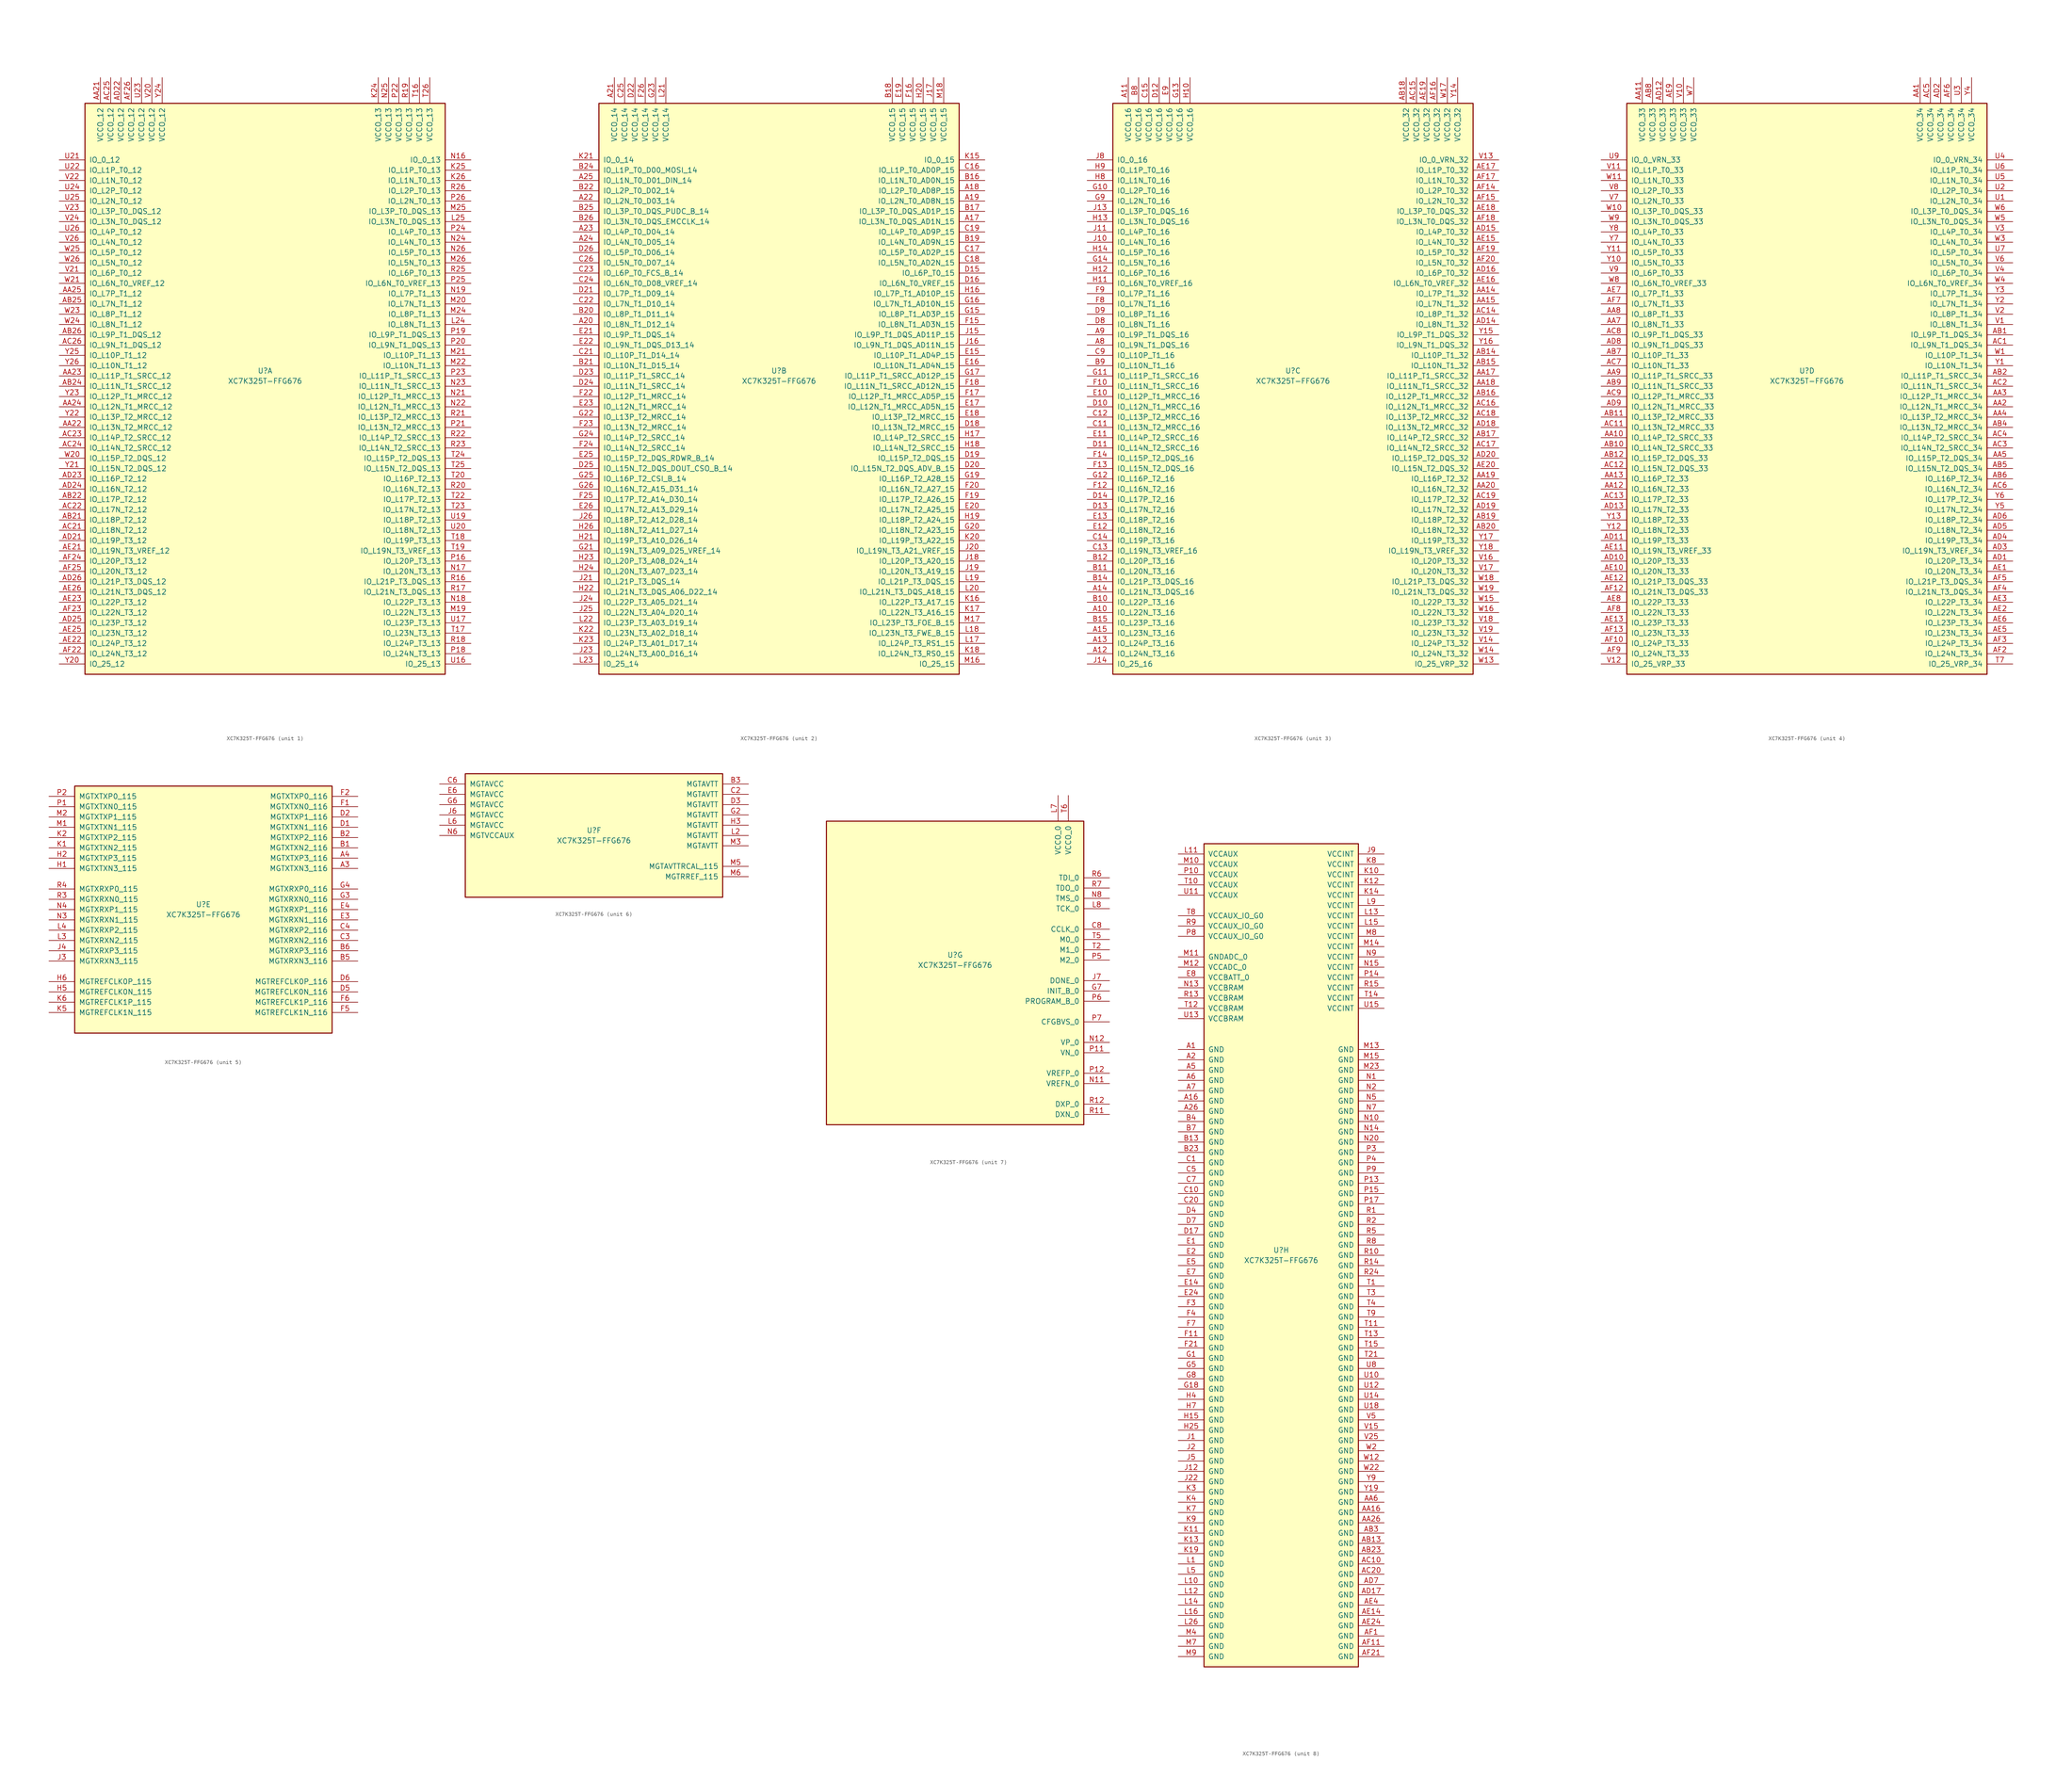
<source format=kicad_sym>
(kicad_symbol_lib
  (version 20201005)
  (generator kicad_symbol_editor)
  (symbol "FPGA_Xilinx_Kintex7:XC7K325T-FFG676"
    (pin_names
      (offset 1.016))
    (property "Reference" "U"
      (at 0 1.27 0)
      (effects (font (size 1.27 1.27))))
    (property "Value" "XC7K325T-FFG676"
      (at 0 -1.27 0)
      (effects (font (size 1.27 1.27))))
    (property "Datasheet" ""
      (at 0 0 0)
      (effects (font (size 1.27 1.27))))
    (property "ki_locked" ""
      (at 0 0 0)
      (effects (font (size 1.27 1.27))))
    (symbol "XC7K325T-FFG676_1_1"
      (rectangle (start -44.45 67.31) (end 44.45 -73.66) (stroke (width 0.254)) (fill (type background)))
      (pin power_in line (at -40.64 73.66 270) (length 6.35) (name "VCCO_12" (effects (font (size 1.27 1.27)))) (number "AA21" (effects (font (size 1.27 1.27)))))
      (pin power_in line (at -38.1 73.66 270) (length 6.35) (name "VCCO_12" (effects (font (size 1.27 1.27)))) (number "AC25" (effects (font (size 1.27 1.27)))))
      (pin power_in line (at -35.56 73.66 270) (length 6.35) (name "VCCO_12" (effects (font (size 1.27 1.27)))) (number "AD22" (effects (font (size 1.27 1.27)))))
      (pin power_in line (at -33.02 73.66 270) (length 6.35) (name "VCCO_12" (effects (font (size 1.27 1.27)))) (number "AF26" (effects (font (size 1.27 1.27)))))
      (pin power_in line (at -30.48 73.66 270) (length 6.35) (name "VCCO_12" (effects (font (size 1.27 1.27)))) (number "U23" (effects (font (size 1.27 1.27)))))
      (pin power_in line (at -27.94 73.66 270) (length 6.35) (name "VCCO_12" (effects (font (size 1.27 1.27)))) (number "V20" (effects (font (size 1.27 1.27)))))
      (pin power_in line (at -25.4 73.66 270) (length 6.35) (name "VCCO_12" (effects (font (size 1.27 1.27)))) (number "Y24" (effects (font (size 1.27 1.27)))))
      (pin bidirectional line (at -50.8 53.34 0) (length 6.35) (name "IO_0_12" (effects (font (size 1.27 1.27)))) (number "U21" (effects (font (size 1.27 1.27)))))
      (pin bidirectional line (at -50.8 50.8 0) (length 6.35) (name "IO_L1P_T0_12" (effects (font (size 1.27 1.27)))) (number "U22" (effects (font (size 1.27 1.27)))))
      (pin bidirectional line (at -50.8 48.26 0) (length 6.35) (name "IO_L1N_T0_12" (effects (font (size 1.27 1.27)))) (number "V22" (effects (font (size 1.27 1.27)))))
      (pin bidirectional line (at -50.8 45.72 0) (length 6.35) (name "IO_L2P_T0_12" (effects (font (size 1.27 1.27)))) (number "U24" (effects (font (size 1.27 1.27)))))
      (pin bidirectional line (at -50.8 43.18 0) (length 6.35) (name "IO_L2N_T0_12" (effects (font (size 1.27 1.27)))) (number "U25" (effects (font (size 1.27 1.27)))))
      (pin bidirectional line (at -50.8 40.64 0) (length 6.35) (name "IO_L3P_T0_DQS_12" (effects (font (size 1.27 1.27)))) (number "V23" (effects (font (size 1.27 1.27)))))
      (pin bidirectional line (at -50.8 38.1 0) (length 6.35) (name "IO_L3N_T0_DQS_12" (effects (font (size 1.27 1.27)))) (number "V24" (effects (font (size 1.27 1.27)))))
      (pin bidirectional line (at -50.8 35.56 0) (length 6.35) (name "IO_L4P_T0_12" (effects (font (size 1.27 1.27)))) (number "U26" (effects (font (size 1.27 1.27)))))
      (pin bidirectional line (at -50.8 33.02 0) (length 6.35) (name "IO_L4N_T0_12" (effects (font (size 1.27 1.27)))) (number "V26" (effects (font (size 1.27 1.27)))))
      (pin bidirectional line (at -50.8 30.48 0) (length 6.35) (name "IO_L5P_T0_12" (effects (font (size 1.27 1.27)))) (number "W25" (effects (font (size 1.27 1.27)))))
      (pin bidirectional line (at -50.8 27.94 0) (length 6.35) (name "IO_L5N_T0_12" (effects (font (size 1.27 1.27)))) (number "W26" (effects (font (size 1.27 1.27)))))
      (pin bidirectional line (at -50.8 25.4 0) (length 6.35) (name "IO_L6P_T0_12" (effects (font (size 1.27 1.27)))) (number "V21" (effects (font (size 1.27 1.27)))))
      (pin bidirectional line (at -50.8 22.86 0) (length 6.35) (name "IO_L6N_T0_VREF_12" (effects (font (size 1.27 1.27)))) (number "W21" (effects (font (size 1.27 1.27)))))
      (pin bidirectional line (at -50.8 20.32 0) (length 6.35) (name "IO_L7P_T1_12" (effects (font (size 1.27 1.27)))) (number "AA25" (effects (font (size 1.27 1.27)))))
      (pin bidirectional line (at -50.8 17.78 0) (length 6.35) (name "IO_L7N_T1_12" (effects (font (size 1.27 1.27)))) (number "AB25" (effects (font (size 1.27 1.27)))))
      (pin bidirectional line (at -50.8 15.24 0) (length 6.35) (name "IO_L8P_T1_12" (effects (font (size 1.27 1.27)))) (number "W23" (effects (font (size 1.27 1.27)))))
      (pin bidirectional line (at -50.8 12.7 0) (length 6.35) (name "IO_L8N_T1_12" (effects (font (size 1.27 1.27)))) (number "W24" (effects (font (size 1.27 1.27)))))
      (pin bidirectional line (at -50.8 10.16 0) (length 6.35) (name "IO_L9P_T1_DQS_12" (effects (font (size 1.27 1.27)))) (number "AB26" (effects (font (size 1.27 1.27)))))
      (pin bidirectional line (at -50.8 7.62 0) (length 6.35) (name "IO_L9N_T1_DQS_12" (effects (font (size 1.27 1.27)))) (number "AC26" (effects (font (size 1.27 1.27)))))
      (pin bidirectional line (at -50.8 5.08 0) (length 6.35) (name "IO_L10P_T1_12" (effects (font (size 1.27 1.27)))) (number "Y25" (effects (font (size 1.27 1.27)))))
      (pin bidirectional line (at -50.8 2.54 0) (length 6.35) (name "IO_L10N_T1_12" (effects (font (size 1.27 1.27)))) (number "Y26" (effects (font (size 1.27 1.27)))))
      (pin bidirectional line (at -50.8 0 0) (length 6.35) (name "IO_L11P_T1_SRCC_12" (effects (font (size 1.27 1.27)))) (number "AA23" (effects (font (size 1.27 1.27)))))
      (pin bidirectional line (at -50.8 -2.54 0) (length 6.35) (name "IO_L11N_T1_SRCC_12" (effects (font (size 1.27 1.27)))) (number "AB24" (effects (font (size 1.27 1.27)))))
      (pin bidirectional line (at -50.8 -5.08 0) (length 6.35) (name "IO_L12P_T1_MRCC_12" (effects (font (size 1.27 1.27)))) (number "Y23" (effects (font (size 1.27 1.27)))))
      (pin bidirectional line (at -50.8 -7.62 0) (length 6.35) (name "IO_L12N_T1_MRCC_12" (effects (font (size 1.27 1.27)))) (number "AA24" (effects (font (size 1.27 1.27)))))
      (pin bidirectional line (at -50.8 -10.16 0) (length 6.35) (name "IO_L13P_T2_MRCC_12" (effects (font (size 1.27 1.27)))) (number "Y22" (effects (font (size 1.27 1.27)))))
      (pin bidirectional line (at -50.8 -12.7 0) (length 6.35) (name "IO_L13N_T2_MRCC_12" (effects (font (size 1.27 1.27)))) (number "AA22" (effects (font (size 1.27 1.27)))))
      (pin bidirectional line (at -50.8 -15.24 0) (length 6.35) (name "IO_L14P_T2_SRCC_12" (effects (font (size 1.27 1.27)))) (number "AC23" (effects (font (size 1.27 1.27)))))
      (pin bidirectional line (at -50.8 -17.78 0) (length 6.35) (name "IO_L14N_T2_SRCC_12" (effects (font (size 1.27 1.27)))) (number "AC24" (effects (font (size 1.27 1.27)))))
      (pin bidirectional line (at -50.8 -20.32 0) (length 6.35) (name "IO_L15P_T2_DQS_12" (effects (font (size 1.27 1.27)))) (number "W20" (effects (font (size 1.27 1.27)))))
      (pin bidirectional line (at -50.8 -22.86 0) (length 6.35) (name "IO_L15N_T2_DQS_12" (effects (font (size 1.27 1.27)))) (number "Y21" (effects (font (size 1.27 1.27)))))
      (pin bidirectional line (at -50.8 -25.4 0) (length 6.35) (name "IO_L16P_T2_12" (effects (font (size 1.27 1.27)))) (number "AD23" (effects (font (size 1.27 1.27)))))
      (pin bidirectional line (at -50.8 -27.94 0) (length 6.35) (name "IO_L16N_T2_12" (effects (font (size 1.27 1.27)))) (number "AD24" (effects (font (size 1.27 1.27)))))
      (pin bidirectional line (at -50.8 -30.48 0) (length 6.35) (name "IO_L17P_T2_12" (effects (font (size 1.27 1.27)))) (number "AB22" (effects (font (size 1.27 1.27)))))
      (pin bidirectional line (at -50.8 -33.02 0) (length 6.35) (name "IO_L17N_T2_12" (effects (font (size 1.27 1.27)))) (number "AC22" (effects (font (size 1.27 1.27)))))
      (pin bidirectional line (at -50.8 -35.56 0) (length 6.35) (name "IO_L18P_T2_12" (effects (font (size 1.27 1.27)))) (number "AB21" (effects (font (size 1.27 1.27)))))
      (pin bidirectional line (at -50.8 -38.1 0) (length 6.35) (name "IO_L18N_T2_12" (effects (font (size 1.27 1.27)))) (number "AC21" (effects (font (size 1.27 1.27)))))
      (pin bidirectional line (at -50.8 -40.64 0) (length 6.35) (name "IO_L19P_T3_12" (effects (font (size 1.27 1.27)))) (number "AD21" (effects (font (size 1.27 1.27)))))
      (pin bidirectional line (at -50.8 -43.18 0) (length 6.35) (name "IO_L19N_T3_VREF_12" (effects (font (size 1.27 1.27)))) (number "AE21" (effects (font (size 1.27 1.27)))))
      (pin bidirectional line (at -50.8 -45.72 0) (length 6.35) (name "IO_L20P_T3_12" (effects (font (size 1.27 1.27)))) (number "AF24" (effects (font (size 1.27 1.27)))))
      (pin bidirectional line (at -50.8 -48.26 0) (length 6.35) (name "IO_L20N_T3_12" (effects (font (size 1.27 1.27)))) (number "AF25" (effects (font (size 1.27 1.27)))))
      (pin bidirectional line (at -50.8 -50.8 0) (length 6.35) (name "IO_L21P_T3_DQS_12" (effects (font (size 1.27 1.27)))) (number "AD26" (effects (font (size 1.27 1.27)))))
      (pin bidirectional line (at -50.8 -53.34 0) (length 6.35) (name "IO_L21N_T3_DQS_12" (effects (font (size 1.27 1.27)))) (number "AE26" (effects (font (size 1.27 1.27)))))
      (pin bidirectional line (at -50.8 -55.88 0) (length 6.35) (name "IO_L22P_T3_12" (effects (font (size 1.27 1.27)))) (number "AE23" (effects (font (size 1.27 1.27)))))
      (pin bidirectional line (at -50.8 -58.42 0) (length 6.35) (name "IO_L22N_T3_12" (effects (font (size 1.27 1.27)))) (number "AF23" (effects (font (size 1.27 1.27)))))
      (pin bidirectional line (at -50.8 -60.96 0) (length 6.35) (name "IO_L23P_T3_12" (effects (font (size 1.27 1.27)))) (number "AD25" (effects (font (size 1.27 1.27)))))
      (pin bidirectional line (at -50.8 -63.5 0) (length 6.35) (name "IO_L23N_T3_12" (effects (font (size 1.27 1.27)))) (number "AE25" (effects (font (size 1.27 1.27)))))
      (pin bidirectional line (at -50.8 -66.04 0) (length 6.35) (name "IO_L24P_T3_12" (effects (font (size 1.27 1.27)))) (number "AE22" (effects (font (size 1.27 1.27)))))
      (pin bidirectional line (at -50.8 -68.58 0) (length 6.35) (name "IO_L24N_T3_12" (effects (font (size 1.27 1.27)))) (number "AF22" (effects (font (size 1.27 1.27)))))
      (pin bidirectional line (at -50.8 -71.12 0) (length 6.35) (name "IO_25_12" (effects (font (size 1.27 1.27)))) (number "Y20" (effects (font (size 1.27 1.27)))))
      (pin power_in line (at 27.94 73.66 270) (length 6.35) (name "VCCO_13" (effects (font (size 1.27 1.27)))) (number "K24" (effects (font (size 1.27 1.27)))))
      (pin power_in line (at 30.48 73.66 270) (length 6.35) (name "VCCO_13" (effects (font (size 1.27 1.27)))) (number "N25" (effects (font (size 1.27 1.27)))))
      (pin power_in line (at 33.02 73.66 270) (length 6.35) (name "VCCO_13" (effects (font (size 1.27 1.27)))) (number "P22" (effects (font (size 1.27 1.27)))))
      (pin power_in line (at 35.56 73.66 270) (length 6.35) (name "VCCO_13" (effects (font (size 1.27 1.27)))) (number "R19" (effects (font (size 1.27 1.27)))))
      (pin power_in line (at 38.1 73.66 270) (length 6.35) (name "VCCO_13" (effects (font (size 1.27 1.27)))) (number "T16" (effects (font (size 1.27 1.27)))))
      (pin power_in line (at 40.64 73.66 270) (length 6.35) (name "VCCO_13" (effects (font (size 1.27 1.27)))) (number "T26" (effects (font (size 1.27 1.27)))))
      (pin bidirectional line (at 50.8 53.34 180) (length 6.35) (name "IO_0_13" (effects (font (size 1.27 1.27)))) (number "N16" (effects (font (size 1.27 1.27)))))
      (pin bidirectional line (at 50.8 50.8 180) (length 6.35) (name "IO_L1P_T0_13" (effects (font (size 1.27 1.27)))) (number "K25" (effects (font (size 1.27 1.27)))))
      (pin bidirectional line (at 50.8 48.26 180) (length 6.35) (name "IO_L1N_T0_13" (effects (font (size 1.27 1.27)))) (number "K26" (effects (font (size 1.27 1.27)))))
      (pin bidirectional line (at 50.8 45.72 180) (length 6.35) (name "IO_L2P_T0_13" (effects (font (size 1.27 1.27)))) (number "R26" (effects (font (size 1.27 1.27)))))
      (pin bidirectional line (at 50.8 43.18 180) (length 6.35) (name "IO_L2N_T0_13" (effects (font (size 1.27 1.27)))) (number "P26" (effects (font (size 1.27 1.27)))))
      (pin bidirectional line (at 50.8 40.64 180) (length 6.35) (name "IO_L3P_T0_DQS_13" (effects (font (size 1.27 1.27)))) (number "M25" (effects (font (size 1.27 1.27)))))
      (pin bidirectional line (at 50.8 38.1 180) (length 6.35) (name "IO_L3N_T0_DQS_13" (effects (font (size 1.27 1.27)))) (number "L25" (effects (font (size 1.27 1.27)))))
      (pin bidirectional line (at 50.8 35.56 180) (length 6.35) (name "IO_L4P_T0_13" (effects (font (size 1.27 1.27)))) (number "P24" (effects (font (size 1.27 1.27)))))
      (pin bidirectional line (at 50.8 33.02 180) (length 6.35) (name "IO_L4N_T0_13" (effects (font (size 1.27 1.27)))) (number "N24" (effects (font (size 1.27 1.27)))))
      (pin bidirectional line (at 50.8 30.48 180) (length 6.35) (name "IO_L5P_T0_13" (effects (font (size 1.27 1.27)))) (number "N26" (effects (font (size 1.27 1.27)))))
      (pin bidirectional line (at 50.8 27.94 180) (length 6.35) (name "IO_L5N_T0_13" (effects (font (size 1.27 1.27)))) (number "M26" (effects (font (size 1.27 1.27)))))
      (pin bidirectional line (at 50.8 25.4 180) (length 6.35) (name "IO_L6P_T0_13" (effects (font (size 1.27 1.27)))) (number "R25" (effects (font (size 1.27 1.27)))))
      (pin bidirectional line (at 50.8 22.86 180) (length 6.35) (name "IO_L6N_T0_VREF_13" (effects (font (size 1.27 1.27)))) (number "P25" (effects (font (size 1.27 1.27)))))
      (pin bidirectional line (at 50.8 20.32 180) (length 6.35) (name "IO_L7P_T1_13" (effects (font (size 1.27 1.27)))) (number "N19" (effects (font (size 1.27 1.27)))))
      (pin bidirectional line (at 50.8 17.78 180) (length 6.35) (name "IO_L7N_T1_13" (effects (font (size 1.27 1.27)))) (number "M20" (effects (font (size 1.27 1.27)))))
      (pin bidirectional line (at 50.8 15.24 180) (length 6.35) (name "IO_L8P_T1_13" (effects (font (size 1.27 1.27)))) (number "M24" (effects (font (size 1.27 1.27)))))
      (pin bidirectional line (at 50.8 12.7 180) (length 6.35) (name "IO_L8N_T1_13" (effects (font (size 1.27 1.27)))) (number "L24" (effects (font (size 1.27 1.27)))))
      (pin bidirectional line (at 50.8 10.16 180) (length 6.35) (name "IO_L9P_T1_DQS_13" (effects (font (size 1.27 1.27)))) (number "P19" (effects (font (size 1.27 1.27)))))
      (pin bidirectional line (at 50.8 7.62 180) (length 6.35) (name "IO_L9N_T1_DQS_13" (effects (font (size 1.27 1.27)))) (number "P20" (effects (font (size 1.27 1.27)))))
      (pin bidirectional line (at 50.8 5.08 180) (length 6.35) (name "IO_L10P_T1_13" (effects (font (size 1.27 1.27)))) (number "M21" (effects (font (size 1.27 1.27)))))
      (pin bidirectional line (at 50.8 2.54 180) (length 6.35) (name "IO_L10N_T1_13" (effects (font (size 1.27 1.27)))) (number "M22" (effects (font (size 1.27 1.27)))))
      (pin bidirectional line (at 50.8 0 180) (length 6.35) (name "IO_L11P_T1_SRCC_13" (effects (font (size 1.27 1.27)))) (number "P23" (effects (font (size 1.27 1.27)))))
      (pin bidirectional line (at 50.8 -2.54 180) (length 6.35) (name "IO_L11N_T1_SRCC_13" (effects (font (size 1.27 1.27)))) (number "N23" (effects (font (size 1.27 1.27)))))
      (pin bidirectional line (at 50.8 -5.08 180) (length 6.35) (name "IO_L12P_T1_MRCC_13" (effects (font (size 1.27 1.27)))) (number "N21" (effects (font (size 1.27 1.27)))))
      (pin bidirectional line (at 50.8 -7.62 180) (length 6.35) (name "IO_L12N_T1_MRCC_13" (effects (font (size 1.27 1.27)))) (number "N22" (effects (font (size 1.27 1.27)))))
      (pin bidirectional line (at 50.8 -10.16 180) (length 6.35) (name "IO_L13P_T2_MRCC_13" (effects (font (size 1.27 1.27)))) (number "R21" (effects (font (size 1.27 1.27)))))
      (pin bidirectional line (at 50.8 -12.7 180) (length 6.35) (name "IO_L13N_T2_MRCC_13" (effects (font (size 1.27 1.27)))) (number "P21" (effects (font (size 1.27 1.27)))))
      (pin bidirectional line (at 50.8 -15.24 180) (length 6.35) (name "IO_L14P_T2_SRCC_13" (effects (font (size 1.27 1.27)))) (number "R22" (effects (font (size 1.27 1.27)))))
      (pin bidirectional line (at 50.8 -17.78 180) (length 6.35) (name "IO_L14N_T2_SRCC_13" (effects (font (size 1.27 1.27)))) (number "R23" (effects (font (size 1.27 1.27)))))
      (pin bidirectional line (at 50.8 -20.32 180) (length 6.35) (name "IO_L15P_T2_DQS_13" (effects (font (size 1.27 1.27)))) (number "T24" (effects (font (size 1.27 1.27)))))
      (pin bidirectional line (at 50.8 -22.86 180) (length 6.35) (name "IO_L15N_T2_DQS_13" (effects (font (size 1.27 1.27)))) (number "T25" (effects (font (size 1.27 1.27)))))
      (pin bidirectional line (at 50.8 -25.4 180) (length 6.35) (name "IO_L16P_T2_13" (effects (font (size 1.27 1.27)))) (number "T20" (effects (font (size 1.27 1.27)))))
      (pin bidirectional line (at 50.8 -27.94 180) (length 6.35) (name "IO_L16N_T2_13" (effects (font (size 1.27 1.27)))) (number "R20" (effects (font (size 1.27 1.27)))))
      (pin bidirectional line (at 50.8 -30.48 180) (length 6.35) (name "IO_L17P_T2_13" (effects (font (size 1.27 1.27)))) (number "T22" (effects (font (size 1.27 1.27)))))
      (pin bidirectional line (at 50.8 -33.02 180) (length 6.35) (name "IO_L17N_T2_13" (effects (font (size 1.27 1.27)))) (number "T23" (effects (font (size 1.27 1.27)))))
      (pin bidirectional line (at 50.8 -35.56 180) (length 6.35) (name "IO_L18P_T2_13" (effects (font (size 1.27 1.27)))) (number "U19" (effects (font (size 1.27 1.27)))))
      (pin bidirectional line (at 50.8 -38.1 180) (length 6.35) (name "IO_L18N_T2_13" (effects (font (size 1.27 1.27)))) (number "U20" (effects (font (size 1.27 1.27)))))
      (pin bidirectional line (at 50.8 -40.64 180) (length 6.35) (name "IO_L19P_T3_13" (effects (font (size 1.27 1.27)))) (number "T18" (effects (font (size 1.27 1.27)))))
      (pin bidirectional line (at 50.8 -43.18 180) (length 6.35) (name "IO_L19N_T3_VREF_13" (effects (font (size 1.27 1.27)))) (number "T19" (effects (font (size 1.27 1.27)))))
      (pin bidirectional line (at 50.8 -45.72 180) (length 6.35) (name "IO_L20P_T3_13" (effects (font (size 1.27 1.27)))) (number "P16" (effects (font (size 1.27 1.27)))))
      (pin bidirectional line (at 50.8 -48.26 180) (length 6.35) (name "IO_L20N_T3_13" (effects (font (size 1.27 1.27)))) (number "N17" (effects (font (size 1.27 1.27)))))
      (pin bidirectional line (at 50.8 -50.8 180) (length 6.35) (name "IO_L21P_T3_DQS_13" (effects (font (size 1.27 1.27)))) (number "R16" (effects (font (size 1.27 1.27)))))
      (pin bidirectional line (at 50.8 -53.34 180) (length 6.35) (name "IO_L21N_T3_DQS_13" (effects (font (size 1.27 1.27)))) (number "R17" (effects (font (size 1.27 1.27)))))
      (pin bidirectional line (at 50.8 -55.88 180) (length 6.35) (name "IO_L22P_T3_13" (effects (font (size 1.27 1.27)))) (number "N18" (effects (font (size 1.27 1.27)))))
      (pin bidirectional line (at 50.8 -58.42 180) (length 6.35) (name "IO_L22N_T3_13" (effects (font (size 1.27 1.27)))) (number "M19" (effects (font (size 1.27 1.27)))))
      (pin bidirectional line (at 50.8 -60.96 180) (length 6.35) (name "IO_L23P_T3_13" (effects (font (size 1.27 1.27)))) (number "U17" (effects (font (size 1.27 1.27)))))
      (pin bidirectional line (at 50.8 -63.5 180) (length 6.35) (name "IO_L23N_T3_13" (effects (font (size 1.27 1.27)))) (number "T17" (effects (font (size 1.27 1.27)))))
      (pin bidirectional line (at 50.8 -66.04 180) (length 6.35) (name "IO_L24P_T3_13" (effects (font (size 1.27 1.27)))) (number "R18" (effects (font (size 1.27 1.27)))))
      (pin bidirectional line (at 50.8 -68.58 180) (length 6.35) (name "IO_L24N_T3_13" (effects (font (size 1.27 1.27)))) (number "P18" (effects (font (size 1.27 1.27)))))
      (pin bidirectional line (at 50.8 -71.12 180) (length 6.35) (name "IO_25_13" (effects (font (size 1.27 1.27)))) (number "U16" (effects (font (size 1.27 1.27))))))
    (symbol "XC7K325T-FFG676_2_1"
      (rectangle (start -44.45 67.31) (end 44.45 -73.66) (stroke (width 0.254)) (fill (type background)))
      (pin power_in line (at -40.64 73.66 270) (length 6.35) (name "VCCO_14" (effects (font (size 1.27 1.27)))) (number "A21" (effects (font (size 1.27 1.27)))))
      (pin power_in line (at -38.1 73.66 270) (length 6.35) (name "VCCO_14" (effects (font (size 1.27 1.27)))) (number "C25" (effects (font (size 1.27 1.27)))))
      (pin power_in line (at -35.56 73.66 270) (length 6.35) (name "VCCO_14" (effects (font (size 1.27 1.27)))) (number "D22" (effects (font (size 1.27 1.27)))))
      (pin power_in line (at -33.02 73.66 270) (length 6.35) (name "VCCO_14" (effects (font (size 1.27 1.27)))) (number "F26" (effects (font (size 1.27 1.27)))))
      (pin power_in line (at -30.48 73.66 270) (length 6.35) (name "VCCO_14" (effects (font (size 1.27 1.27)))) (number "G23" (effects (font (size 1.27 1.27)))))
      (pin power_in line (at -27.94 73.66 270) (length 6.35) (name "VCCO_14" (effects (font (size 1.27 1.27)))) (number "L21" (effects (font (size 1.27 1.27)))))
      (pin bidirectional line (at -50.8 53.34 0) (length 6.35) (name "IO_0_14" (effects (font (size 1.27 1.27)))) (number "K21" (effects (font (size 1.27 1.27)))))
      (pin bidirectional line (at -50.8 50.8 0) (length 6.35) (name "IO_L1P_T0_D00_MOSI_14" (effects (font (size 1.27 1.27)))) (number "B24" (effects (font (size 1.27 1.27)))))
      (pin bidirectional line (at -50.8 48.26 0) (length 6.35) (name "IO_L1N_T0_D01_DIN_14" (effects (font (size 1.27 1.27)))) (number "A25" (effects (font (size 1.27 1.27)))))
      (pin bidirectional line (at -50.8 45.72 0) (length 6.35) (name "IO_L2P_T0_D02_14" (effects (font (size 1.27 1.27)))) (number "B22" (effects (font (size 1.27 1.27)))))
      (pin bidirectional line (at -50.8 43.18 0) (length 6.35) (name "IO_L2N_T0_D03_14" (effects (font (size 1.27 1.27)))) (number "A22" (effects (font (size 1.27 1.27)))))
      (pin bidirectional line (at -50.8 40.64 0) (length 6.35) (name "IO_L3P_T0_DQS_PUDC_B_14" (effects (font (size 1.27 1.27)))) (number "B25" (effects (font (size 1.27 1.27)))))
      (pin bidirectional line (at -50.8 38.1 0) (length 6.35) (name "IO_L3N_T0_DQS_EMCCLK_14" (effects (font (size 1.27 1.27)))) (number "B26" (effects (font (size 1.27 1.27)))))
      (pin bidirectional line (at -50.8 35.56 0) (length 6.35) (name "IO_L4P_T0_D04_14" (effects (font (size 1.27 1.27)))) (number "A23" (effects (font (size 1.27 1.27)))))
      (pin bidirectional line (at -50.8 33.02 0) (length 6.35) (name "IO_L4N_T0_D05_14" (effects (font (size 1.27 1.27)))) (number "A24" (effects (font (size 1.27 1.27)))))
      (pin bidirectional line (at -50.8 30.48 0) (length 6.35) (name "IO_L5P_T0_D06_14" (effects (font (size 1.27 1.27)))) (number "D26" (effects (font (size 1.27 1.27)))))
      (pin bidirectional line (at -50.8 27.94 0) (length 6.35) (name "IO_L5N_T0_D07_14" (effects (font (size 1.27 1.27)))) (number "C26" (effects (font (size 1.27 1.27)))))
      (pin bidirectional line (at -50.8 25.4 0) (length 6.35) (name "IO_L6P_T0_FCS_B_14" (effects (font (size 1.27 1.27)))) (number "C23" (effects (font (size 1.27 1.27)))))
      (pin bidirectional line (at -50.8 22.86 0) (length 6.35) (name "IO_L6N_T0_D08_VREF_14" (effects (font (size 1.27 1.27)))) (number "C24" (effects (font (size 1.27 1.27)))))
      (pin bidirectional line (at -50.8 20.32 0) (length 6.35) (name "IO_L7P_T1_D09_14" (effects (font (size 1.27 1.27)))) (number "D21" (effects (font (size 1.27 1.27)))))
      (pin bidirectional line (at -50.8 17.78 0) (length 6.35) (name "IO_L7N_T1_D10_14" (effects (font (size 1.27 1.27)))) (number "C22" (effects (font (size 1.27 1.27)))))
      (pin bidirectional line (at -50.8 15.24 0) (length 6.35) (name "IO_L8P_T1_D11_14" (effects (font (size 1.27 1.27)))) (number "B20" (effects (font (size 1.27 1.27)))))
      (pin bidirectional line (at -50.8 12.7 0) (length 6.35) (name "IO_L8N_T1_D12_14" (effects (font (size 1.27 1.27)))) (number "A20" (effects (font (size 1.27 1.27)))))
      (pin bidirectional line (at -50.8 10.16 0) (length 6.35) (name "IO_L9P_T1_DQS_14" (effects (font (size 1.27 1.27)))) (number "E21" (effects (font (size 1.27 1.27)))))
      (pin bidirectional line (at -50.8 7.62 0) (length 6.35) (name "IO_L9N_T1_DQS_D13_14" (effects (font (size 1.27 1.27)))) (number "E22" (effects (font (size 1.27 1.27)))))
      (pin bidirectional line (at -50.8 5.08 0) (length 6.35) (name "IO_L10P_T1_D14_14" (effects (font (size 1.27 1.27)))) (number "C21" (effects (font (size 1.27 1.27)))))
      (pin bidirectional line (at -50.8 2.54 0) (length 6.35) (name "IO_L10N_T1_D15_14" (effects (font (size 1.27 1.27)))) (number "B21" (effects (font (size 1.27 1.27)))))
      (pin bidirectional line (at -50.8 0 0) (length 6.35) (name "IO_L11P_T1_SRCC_14" (effects (font (size 1.27 1.27)))) (number "D23" (effects (font (size 1.27 1.27)))))
      (pin bidirectional line (at -50.8 -2.54 0) (length 6.35) (name "IO_L11N_T1_SRCC_14" (effects (font (size 1.27 1.27)))) (number "D24" (effects (font (size 1.27 1.27)))))
      (pin bidirectional line (at -50.8 -5.08 0) (length 6.35) (name "IO_L12P_T1_MRCC_14" (effects (font (size 1.27 1.27)))) (number "F22" (effects (font (size 1.27 1.27)))))
      (pin bidirectional line (at -50.8 -7.62 0) (length 6.35) (name "IO_L12N_T1_MRCC_14" (effects (font (size 1.27 1.27)))) (number "E23" (effects (font (size 1.27 1.27)))))
      (pin bidirectional line (at -50.8 -10.16 0) (length 6.35) (name "IO_L13P_T2_MRCC_14" (effects (font (size 1.27 1.27)))) (number "G22" (effects (font (size 1.27 1.27)))))
      (pin bidirectional line (at -50.8 -12.7 0) (length 6.35) (name "IO_L13N_T2_MRCC_14" (effects (font (size 1.27 1.27)))) (number "F23" (effects (font (size 1.27 1.27)))))
      (pin bidirectional line (at -50.8 -15.24 0) (length 6.35) (name "IO_L14P_T2_SRCC_14" (effects (font (size 1.27 1.27)))) (number "G24" (effects (font (size 1.27 1.27)))))
      (pin bidirectional line (at -50.8 -17.78 0) (length 6.35) (name "IO_L14N_T2_SRCC_14" (effects (font (size 1.27 1.27)))) (number "F24" (effects (font (size 1.27 1.27)))))
      (pin bidirectional line (at -50.8 -20.32 0) (length 6.35) (name "IO_L15P_T2_DQS_RDWR_B_14" (effects (font (size 1.27 1.27)))) (number "E25" (effects (font (size 1.27 1.27)))))
      (pin bidirectional line (at -50.8 -22.86 0) (length 6.35) (name "IO_L15N_T2_DQS_DOUT_CSO_B_14" (effects (font (size 1.27 1.27)))) (number "D25" (effects (font (size 1.27 1.27)))))
      (pin bidirectional line (at -50.8 -25.4 0) (length 6.35) (name "IO_L16P_T2_CSI_B_14" (effects (font (size 1.27 1.27)))) (number "G25" (effects (font (size 1.27 1.27)))))
      (pin bidirectional line (at -50.8 -27.94 0) (length 6.35) (name "IO_L16N_T2_A15_D31_14" (effects (font (size 1.27 1.27)))) (number "G26" (effects (font (size 1.27 1.27)))))
      (pin bidirectional line (at -50.8 -30.48 0) (length 6.35) (name "IO_L17P_T2_A14_D30_14" (effects (font (size 1.27 1.27)))) (number "F25" (effects (font (size 1.27 1.27)))))
      (pin bidirectional line (at -50.8 -33.02 0) (length 6.35) (name "IO_L17N_T2_A13_D29_14" (effects (font (size 1.27 1.27)))) (number "E26" (effects (font (size 1.27 1.27)))))
      (pin bidirectional line (at -50.8 -35.56 0) (length 6.35) (name "IO_L18P_T2_A12_D28_14" (effects (font (size 1.27 1.27)))) (number "J26" (effects (font (size 1.27 1.27)))))
      (pin bidirectional line (at -50.8 -38.1 0) (length 6.35) (name "IO_L18N_T2_A11_D27_14" (effects (font (size 1.27 1.27)))) (number "H26" (effects (font (size 1.27 1.27)))))
      (pin bidirectional line (at -50.8 -40.64 0) (length 6.35) (name "IO_L19P_T3_A10_D26_14" (effects (font (size 1.27 1.27)))) (number "H21" (effects (font (size 1.27 1.27)))))
      (pin bidirectional line (at -50.8 -43.18 0) (length 6.35) (name "IO_L19N_T3_A09_D25_VREF_14" (effects (font (size 1.27 1.27)))) (number "G21" (effects (font (size 1.27 1.27)))))
      (pin bidirectional line (at -50.8 -45.72 0) (length 6.35) (name "IO_L20P_T3_A08_D24_14" (effects (font (size 1.27 1.27)))) (number "H23" (effects (font (size 1.27 1.27)))))
      (pin bidirectional line (at -50.8 -48.26 0) (length 6.35) (name "IO_L20N_T3_A07_D23_14" (effects (font (size 1.27 1.27)))) (number "H24" (effects (font (size 1.27 1.27)))))
      (pin bidirectional line (at -50.8 -50.8 0) (length 6.35) (name "IO_L21P_T3_DQS_14" (effects (font (size 1.27 1.27)))) (number "J21" (effects (font (size 1.27 1.27)))))
      (pin bidirectional line (at -50.8 -53.34 0) (length 6.35) (name "IO_L21N_T3_DQS_A06_D22_14" (effects (font (size 1.27 1.27)))) (number "H22" (effects (font (size 1.27 1.27)))))
      (pin bidirectional line (at -50.8 -55.88 0) (length 6.35) (name "IO_L22P_T3_A05_D21_14" (effects (font (size 1.27 1.27)))) (number "J24" (effects (font (size 1.27 1.27)))))
      (pin bidirectional line (at -50.8 -58.42 0) (length 6.35) (name "IO_L22N_T3_A04_D20_14" (effects (font (size 1.27 1.27)))) (number "J25" (effects (font (size 1.27 1.27)))))
      (pin bidirectional line (at -50.8 -60.96 0) (length 6.35) (name "IO_L23P_T3_A03_D19_14" (effects (font (size 1.27 1.27)))) (number "L22" (effects (font (size 1.27 1.27)))))
      (pin bidirectional line (at -50.8 -63.5 0) (length 6.35) (name "IO_L23N_T3_A02_D18_14" (effects (font (size 1.27 1.27)))) (number "K22" (effects (font (size 1.27 1.27)))))
      (pin bidirectional line (at -50.8 -66.04 0) (length 6.35) (name "IO_L24P_T3_A01_D17_14" (effects (font (size 1.27 1.27)))) (number "K23" (effects (font (size 1.27 1.27)))))
      (pin bidirectional line (at -50.8 -68.58 0) (length 6.35) (name "IO_L24N_T3_A00_D16_14" (effects (font (size 1.27 1.27)))) (number "J23" (effects (font (size 1.27 1.27)))))
      (pin bidirectional line (at -50.8 -71.12 0) (length 6.35) (name "IO_25_14" (effects (font (size 1.27 1.27)))) (number "L23" (effects (font (size 1.27 1.27)))))
      (pin power_in line (at 27.94 73.66 270) (length 6.35) (name "VCCO_15" (effects (font (size 1.27 1.27)))) (number "B18" (effects (font (size 1.27 1.27)))))
      (pin power_in line (at 30.48 73.66 270) (length 6.35) (name "VCCO_15" (effects (font (size 1.27 1.27)))) (number "E19" (effects (font (size 1.27 1.27)))))
      (pin power_in line (at 33.02 73.66 270) (length 6.35) (name "VCCO_15" (effects (font (size 1.27 1.27)))) (number "F16" (effects (font (size 1.27 1.27)))))
      (pin power_in line (at 35.56 73.66 270) (length 6.35) (name "VCCO_15" (effects (font (size 1.27 1.27)))) (number "H20" (effects (font (size 1.27 1.27)))))
      (pin power_in line (at 38.1 73.66 270) (length 6.35) (name "VCCO_15" (effects (font (size 1.27 1.27)))) (number "J17" (effects (font (size 1.27 1.27)))))
      (pin power_in line (at 40.64 73.66 270) (length 6.35) (name "VCCO_15" (effects (font (size 1.27 1.27)))) (number "M18" (effects (font (size 1.27 1.27)))))
      (pin bidirectional line (at 50.8 53.34 180) (length 6.35) (name "IO_0_15" (effects (font (size 1.27 1.27)))) (number "K15" (effects (font (size 1.27 1.27)))))
      (pin bidirectional line (at 50.8 50.8 180) (length 6.35) (name "IO_L1P_T0_AD0P_15" (effects (font (size 1.27 1.27)))) (number "C16" (effects (font (size 1.27 1.27)))))
      (pin bidirectional line (at 50.8 48.26 180) (length 6.35) (name "IO_L1N_T0_AD0N_15" (effects (font (size 1.27 1.27)))) (number "B16" (effects (font (size 1.27 1.27)))))
      (pin bidirectional line (at 50.8 45.72 180) (length 6.35) (name "IO_L2P_T0_AD8P_15" (effects (font (size 1.27 1.27)))) (number "A18" (effects (font (size 1.27 1.27)))))
      (pin bidirectional line (at 50.8 43.18 180) (length 6.35) (name "IO_L2N_T0_AD8N_15" (effects (font (size 1.27 1.27)))) (number "A19" (effects (font (size 1.27 1.27)))))
      (pin bidirectional line (at 50.8 40.64 180) (length 6.35) (name "IO_L3P_T0_DQS_AD1P_15" (effects (font (size 1.27 1.27)))) (number "B17" (effects (font (size 1.27 1.27)))))
      (pin bidirectional line (at 50.8 38.1 180) (length 6.35) (name "IO_L3N_T0_DQS_AD1N_15" (effects (font (size 1.27 1.27)))) (number "A17" (effects (font (size 1.27 1.27)))))
      (pin bidirectional line (at 50.8 35.56 180) (length 6.35) (name "IO_L4P_T0_AD9P_15" (effects (font (size 1.27 1.27)))) (number "C19" (effects (font (size 1.27 1.27)))))
      (pin bidirectional line (at 50.8 33.02 180) (length 6.35) (name "IO_L4N_T0_AD9N_15" (effects (font (size 1.27 1.27)))) (number "B19" (effects (font (size 1.27 1.27)))))
      (pin bidirectional line (at 50.8 30.48 180) (length 6.35) (name "IO_L5P_T0_AD2P_15" (effects (font (size 1.27 1.27)))) (number "C17" (effects (font (size 1.27 1.27)))))
      (pin bidirectional line (at 50.8 27.94 180) (length 6.35) (name "IO_L5N_T0_AD2N_15" (effects (font (size 1.27 1.27)))) (number "C18" (effects (font (size 1.27 1.27)))))
      (pin bidirectional line (at 50.8 25.4 180) (length 6.35) (name "IO_L6P_T0_15" (effects (font (size 1.27 1.27)))) (number "D15" (effects (font (size 1.27 1.27)))))
      (pin bidirectional line (at 50.8 22.86 180) (length 6.35) (name "IO_L6N_T0_VREF_15" (effects (font (size 1.27 1.27)))) (number "D16" (effects (font (size 1.27 1.27)))))
      (pin bidirectional line (at 50.8 20.32 180) (length 6.35) (name "IO_L7P_T1_AD10P_15" (effects (font (size 1.27 1.27)))) (number "H16" (effects (font (size 1.27 1.27)))))
      (pin bidirectional line (at 50.8 17.78 180) (length 6.35) (name "IO_L7N_T1_AD10N_15" (effects (font (size 1.27 1.27)))) (number "G16" (effects (font (size 1.27 1.27)))))
      (pin bidirectional line (at 50.8 15.24 180) (length 6.35) (name "IO_L8P_T1_AD3P_15" (effects (font (size 1.27 1.27)))) (number "G15" (effects (font (size 1.27 1.27)))))
      (pin bidirectional line (at 50.8 12.7 180) (length 6.35) (name "IO_L8N_T1_AD3N_15" (effects (font (size 1.27 1.27)))) (number "F15" (effects (font (size 1.27 1.27)))))
      (pin bidirectional line (at 50.8 10.16 180) (length 6.35) (name "IO_L9P_T1_DQS_AD11P_15" (effects (font (size 1.27 1.27)))) (number "J15" (effects (font (size 1.27 1.27)))))
      (pin bidirectional line (at 50.8 7.62 180) (length 6.35) (name "IO_L9N_T1_DQS_AD11N_15" (effects (font (size 1.27 1.27)))) (number "J16" (effects (font (size 1.27 1.27)))))
      (pin bidirectional line (at 50.8 5.08 180) (length 6.35) (name "IO_L10P_T1_AD4P_15" (effects (font (size 1.27 1.27)))) (number "E15" (effects (font (size 1.27 1.27)))))
      (pin bidirectional line (at 50.8 2.54 180) (length 6.35) (name "IO_L10N_T1_AD4N_15" (effects (font (size 1.27 1.27)))) (number "E16" (effects (font (size 1.27 1.27)))))
      (pin bidirectional line (at 50.8 0 180) (length 6.35) (name "IO_L11P_T1_SRCC_AD12P_15" (effects (font (size 1.27 1.27)))) (number "G17" (effects (font (size 1.27 1.27)))))
      (pin bidirectional line (at 50.8 -2.54 180) (length 6.35) (name "IO_L11N_T1_SRCC_AD12N_15" (effects (font (size 1.27 1.27)))) (number "F18" (effects (font (size 1.27 1.27)))))
      (pin bidirectional line (at 50.8 -5.08 180) (length 6.35) (name "IO_L12P_T1_MRCC_AD5P_15" (effects (font (size 1.27 1.27)))) (number "F17" (effects (font (size 1.27 1.27)))))
      (pin bidirectional line (at 50.8 -7.62 180) (length 6.35) (name "IO_L12N_T1_MRCC_AD5N_15" (effects (font (size 1.27 1.27)))) (number "E17" (effects (font (size 1.27 1.27)))))
      (pin bidirectional line (at 50.8 -10.16 180) (length 6.35) (name "IO_L13P_T2_MRCC_15" (effects (font (size 1.27 1.27)))) (number "E18" (effects (font (size 1.27 1.27)))))
      (pin bidirectional line (at 50.8 -12.7 180) (length 6.35) (name "IO_L13N_T2_MRCC_15" (effects (font (size 1.27 1.27)))) (number "D18" (effects (font (size 1.27 1.27)))))
      (pin bidirectional line (at 50.8 -15.24 180) (length 6.35) (name "IO_L14P_T2_SRCC_15" (effects (font (size 1.27 1.27)))) (number "H17" (effects (font (size 1.27 1.27)))))
      (pin bidirectional line (at 50.8 -17.78 180) (length 6.35) (name "IO_L14N_T2_SRCC_15" (effects (font (size 1.27 1.27)))) (number "H18" (effects (font (size 1.27 1.27)))))
      (pin bidirectional line (at 50.8 -20.32 180) (length 6.35) (name "IO_L15P_T2_DQS_15" (effects (font (size 1.27 1.27)))) (number "D19" (effects (font (size 1.27 1.27)))))
      (pin bidirectional line (at 50.8 -22.86 180) (length 6.35) (name "IO_L15N_T2_DQS_ADV_B_15" (effects (font (size 1.27 1.27)))) (number "D20" (effects (font (size 1.27 1.27)))))
      (pin bidirectional line (at 50.8 -25.4 180) (length 6.35) (name "IO_L16P_T2_A28_15" (effects (font (size 1.27 1.27)))) (number "G19" (effects (font (size 1.27 1.27)))))
      (pin bidirectional line (at 50.8 -27.94 180) (length 6.35) (name "IO_L16N_T2_A27_15" (effects (font (size 1.27 1.27)))) (number "F20" (effects (font (size 1.27 1.27)))))
      (pin bidirectional line (at 50.8 -30.48 180) (length 6.35) (name "IO_L17P_T2_A26_15" (effects (font (size 1.27 1.27)))) (number "F19" (effects (font (size 1.27 1.27)))))
      (pin bidirectional line (at 50.8 -33.02 180) (length 6.35) (name "IO_L17N_T2_A25_15" (effects (font (size 1.27 1.27)))) (number "E20" (effects (font (size 1.27 1.27)))))
      (pin bidirectional line (at 50.8 -35.56 180) (length 6.35) (name "IO_L18P_T2_A24_15" (effects (font (size 1.27 1.27)))) (number "H19" (effects (font (size 1.27 1.27)))))
      (pin bidirectional line (at 50.8 -38.1 180) (length 6.35) (name "IO_L18N_T2_A23_15" (effects (font (size 1.27 1.27)))) (number "G20" (effects (font (size 1.27 1.27)))))
      (pin bidirectional line (at 50.8 -40.64 180) (length 6.35) (name "IO_L19P_T3_A22_15" (effects (font (size 1.27 1.27)))) (number "K20" (effects (font (size 1.27 1.27)))))
      (pin bidirectional line (at 50.8 -43.18 180) (length 6.35) (name "IO_L19N_T3_A21_VREF_15" (effects (font (size 1.27 1.27)))) (number "J20" (effects (font (size 1.27 1.27)))))
      (pin bidirectional line (at 50.8 -45.72 180) (length 6.35) (name "IO_L20P_T3_A20_15" (effects (font (size 1.27 1.27)))) (number "J18" (effects (font (size 1.27 1.27)))))
      (pin bidirectional line (at 50.8 -48.26 180) (length 6.35) (name "IO_L20N_T3_A19_15" (effects (font (size 1.27 1.27)))) (number "J19" (effects (font (size 1.27 1.27)))))
      (pin bidirectional line (at 50.8 -50.8 180) (length 6.35) (name "IO_L21P_T3_DQS_15" (effects (font (size 1.27 1.27)))) (number "L19" (effects (font (size 1.27 1.27)))))
      (pin bidirectional line (at 50.8 -53.34 180) (length 6.35) (name "IO_L21N_T3_DQS_A18_15" (effects (font (size 1.27 1.27)))) (number "L20" (effects (font (size 1.27 1.27)))))
      (pin bidirectional line (at 50.8 -55.88 180) (length 6.35) (name "IO_L22P_T3_A17_15" (effects (font (size 1.27 1.27)))) (number "K16" (effects (font (size 1.27 1.27)))))
      (pin bidirectional line (at 50.8 -58.42 180) (length 6.35) (name "IO_L22N_T3_A16_15" (effects (font (size 1.27 1.27)))) (number "K17" (effects (font (size 1.27 1.27)))))
      (pin bidirectional line (at 50.8 -60.96 180) (length 6.35) (name "IO_L23P_T3_FOE_B_15" (effects (font (size 1.27 1.27)))) (number "M17" (effects (font (size 1.27 1.27)))))
      (pin bidirectional line (at 50.8 -63.5 180) (length 6.35) (name "IO_L23N_T3_FWE_B_15" (effects (font (size 1.27 1.27)))) (number "L18" (effects (font (size 1.27 1.27)))))
      (pin bidirectional line (at 50.8 -66.04 180) (length 6.35) (name "IO_L24P_T3_RS1_15" (effects (font (size 1.27 1.27)))) (number "L17" (effects (font (size 1.27 1.27)))))
      (pin bidirectional line (at 50.8 -68.58 180) (length 6.35) (name "IO_L24N_T3_RS0_15" (effects (font (size 1.27 1.27)))) (number "K18" (effects (font (size 1.27 1.27)))))
      (pin bidirectional line (at 50.8 -71.12 180) (length 6.35) (name "IO_25_15" (effects (font (size 1.27 1.27)))) (number "M16" (effects (font (size 1.27 1.27))))))
    (symbol "XC7K325T-FFG676_3_1"
      (rectangle (start -44.45 67.31) (end 44.45 -73.66) (stroke (width 0.254)) (fill (type background)))
      (pin power_in line (at -40.64 73.66 270) (length 6.35) (name "VCCO_16" (effects (font (size 1.27 1.27)))) (number "A11" (effects (font (size 1.27 1.27)))))
      (pin power_in line (at -38.1 73.66 270) (length 6.35) (name "VCCO_16" (effects (font (size 1.27 1.27)))) (number "B8" (effects (font (size 1.27 1.27)))))
      (pin power_in line (at -35.56 73.66 270) (length 6.35) (name "VCCO_16" (effects (font (size 1.27 1.27)))) (number "C15" (effects (font (size 1.27 1.27)))))
      (pin power_in line (at -33.02 73.66 270) (length 6.35) (name "VCCO_16" (effects (font (size 1.27 1.27)))) (number "D12" (effects (font (size 1.27 1.27)))))
      (pin power_in line (at -30.48 73.66 270) (length 6.35) (name "VCCO_16" (effects (font (size 1.27 1.27)))) (number "E9" (effects (font (size 1.27 1.27)))))
      (pin power_in line (at -27.94 73.66 270) (length 6.35) (name "VCCO_16" (effects (font (size 1.27 1.27)))) (number "G13" (effects (font (size 1.27 1.27)))))
      (pin power_in line (at -25.4 73.66 270) (length 6.35) (name "VCCO_16" (effects (font (size 1.27 1.27)))) (number "H10" (effects (font (size 1.27 1.27)))))
      (pin bidirectional line (at -50.8 53.34 0) (length 6.35) (name "IO_0_16" (effects (font (size 1.27 1.27)))) (number "J8" (effects (font (size 1.27 1.27)))))
      (pin bidirectional line (at -50.8 50.8 0) (length 6.35) (name "IO_L1P_T0_16" (effects (font (size 1.27 1.27)))) (number "H9" (effects (font (size 1.27 1.27)))))
      (pin bidirectional line (at -50.8 48.26 0) (length 6.35) (name "IO_L1N_T0_16" (effects (font (size 1.27 1.27)))) (number "H8" (effects (font (size 1.27 1.27)))))
      (pin bidirectional line (at -50.8 45.72 0) (length 6.35) (name "IO_L2P_T0_16" (effects (font (size 1.27 1.27)))) (number "G10" (effects (font (size 1.27 1.27)))))
      (pin bidirectional line (at -50.8 43.18 0) (length 6.35) (name "IO_L2N_T0_16" (effects (font (size 1.27 1.27)))) (number "G9" (effects (font (size 1.27 1.27)))))
      (pin bidirectional line (at -50.8 40.64 0) (length 6.35) (name "IO_L3P_T0_DQS_16" (effects (font (size 1.27 1.27)))) (number "J13" (effects (font (size 1.27 1.27)))))
      (pin bidirectional line (at -50.8 38.1 0) (length 6.35) (name "IO_L3N_T0_DQS_16" (effects (font (size 1.27 1.27)))) (number "H13" (effects (font (size 1.27 1.27)))))
      (pin bidirectional line (at -50.8 35.56 0) (length 6.35) (name "IO_L4P_T0_16" (effects (font (size 1.27 1.27)))) (number "J11" (effects (font (size 1.27 1.27)))))
      (pin bidirectional line (at -50.8 33.02 0) (length 6.35) (name "IO_L4N_T0_16" (effects (font (size 1.27 1.27)))) (number "J10" (effects (font (size 1.27 1.27)))))
      (pin bidirectional line (at -50.8 30.48 0) (length 6.35) (name "IO_L5P_T0_16" (effects (font (size 1.27 1.27)))) (number "H14" (effects (font (size 1.27 1.27)))))
      (pin bidirectional line (at -50.8 27.94 0) (length 6.35) (name "IO_L5N_T0_16" (effects (font (size 1.27 1.27)))) (number "G14" (effects (font (size 1.27 1.27)))))
      (pin bidirectional line (at -50.8 25.4 0) (length 6.35) (name "IO_L6P_T0_16" (effects (font (size 1.27 1.27)))) (number "H12" (effects (font (size 1.27 1.27)))))
      (pin bidirectional line (at -50.8 22.86 0) (length 6.35) (name "IO_L6N_T0_VREF_16" (effects (font (size 1.27 1.27)))) (number "H11" (effects (font (size 1.27 1.27)))))
      (pin bidirectional line (at -50.8 20.32 0) (length 6.35) (name "IO_L7P_T1_16" (effects (font (size 1.27 1.27)))) (number "F9" (effects (font (size 1.27 1.27)))))
      (pin bidirectional line (at -50.8 17.78 0) (length 6.35) (name "IO_L7N_T1_16" (effects (font (size 1.27 1.27)))) (number "F8" (effects (font (size 1.27 1.27)))))
      (pin bidirectional line (at -50.8 15.24 0) (length 6.35) (name "IO_L8P_T1_16" (effects (font (size 1.27 1.27)))) (number "D9" (effects (font (size 1.27 1.27)))))
      (pin bidirectional line (at -50.8 12.7 0) (length 6.35) (name "IO_L8N_T1_16" (effects (font (size 1.27 1.27)))) (number "D8" (effects (font (size 1.27 1.27)))))
      (pin bidirectional line (at -50.8 10.16 0) (length 6.35) (name "IO_L9P_T1_DQS_16" (effects (font (size 1.27 1.27)))) (number "A9" (effects (font (size 1.27 1.27)))))
      (pin bidirectional line (at -50.8 7.62 0) (length 6.35) (name "IO_L9N_T1_DQS_16" (effects (font (size 1.27 1.27)))) (number "A8" (effects (font (size 1.27 1.27)))))
      (pin bidirectional line (at -50.8 5.08 0) (length 6.35) (name "IO_L10P_T1_16" (effects (font (size 1.27 1.27)))) (number "C9" (effects (font (size 1.27 1.27)))))
      (pin bidirectional line (at -50.8 2.54 0) (length 6.35) (name "IO_L10N_T1_16" (effects (font (size 1.27 1.27)))) (number "B9" (effects (font (size 1.27 1.27)))))
      (pin bidirectional line (at -50.8 0 0) (length 6.35) (name "IO_L11P_T1_SRCC_16" (effects (font (size 1.27 1.27)))) (number "G11" (effects (font (size 1.27 1.27)))))
      (pin bidirectional line (at -50.8 -2.54 0) (length 6.35) (name "IO_L11N_T1_SRCC_16" (effects (font (size 1.27 1.27)))) (number "F10" (effects (font (size 1.27 1.27)))))
      (pin bidirectional line (at -50.8 -5.08 0) (length 6.35) (name "IO_L12P_T1_MRCC_16" (effects (font (size 1.27 1.27)))) (number "E10" (effects (font (size 1.27 1.27)))))
      (pin bidirectional line (at -50.8 -7.62 0) (length 6.35) (name "IO_L12N_T1_MRCC_16" (effects (font (size 1.27 1.27)))) (number "D10" (effects (font (size 1.27 1.27)))))
      (pin bidirectional line (at -50.8 -10.16 0) (length 6.35) (name "IO_L13P_T2_MRCC_16" (effects (font (size 1.27 1.27)))) (number "C12" (effects (font (size 1.27 1.27)))))
      (pin bidirectional line (at -50.8 -12.7 0) (length 6.35) (name "IO_L13N_T2_MRCC_16" (effects (font (size 1.27 1.27)))) (number "C11" (effects (font (size 1.27 1.27)))))
      (pin bidirectional line (at -50.8 -15.24 0) (length 6.35) (name "IO_L14P_T2_SRCC_16" (effects (font (size 1.27 1.27)))) (number "E11" (effects (font (size 1.27 1.27)))))
      (pin bidirectional line (at -50.8 -17.78 0) (length 6.35) (name "IO_L14N_T2_SRCC_16" (effects (font (size 1.27 1.27)))) (number "D11" (effects (font (size 1.27 1.27)))))
      (pin bidirectional line (at -50.8 -20.32 0) (length 6.35) (name "IO_L15P_T2_DQS_16" (effects (font (size 1.27 1.27)))) (number "F14" (effects (font (size 1.27 1.27)))))
      (pin bidirectional line (at -50.8 -22.86 0) (length 6.35) (name "IO_L15N_T2_DQS_16" (effects (font (size 1.27 1.27)))) (number "F13" (effects (font (size 1.27 1.27)))))
      (pin bidirectional line (at -50.8 -25.4 0) (length 6.35) (name "IO_L16P_T2_16" (effects (font (size 1.27 1.27)))) (number "G12" (effects (font (size 1.27 1.27)))))
      (pin bidirectional line (at -50.8 -27.94 0) (length 6.35) (name "IO_L16N_T2_16" (effects (font (size 1.27 1.27)))) (number "F12" (effects (font (size 1.27 1.27)))))
      (pin bidirectional line (at -50.8 -30.48 0) (length 6.35) (name "IO_L17P_T2_16" (effects (font (size 1.27 1.27)))) (number "D14" (effects (font (size 1.27 1.27)))))
      (pin bidirectional line (at -50.8 -33.02 0) (length 6.35) (name "IO_L17N_T2_16" (effects (font (size 1.27 1.27)))) (number "D13" (effects (font (size 1.27 1.27)))))
      (pin bidirectional line (at -50.8 -35.56 0) (length 6.35) (name "IO_L18P_T2_16" (effects (font (size 1.27 1.27)))) (number "E13" (effects (font (size 1.27 1.27)))))
      (pin bidirectional line (at -50.8 -38.1 0) (length 6.35) (name "IO_L18N_T2_16" (effects (font (size 1.27 1.27)))) (number "E12" (effects (font (size 1.27 1.27)))))
      (pin bidirectional line (at -50.8 -40.64 0) (length 6.35) (name "IO_L19P_T3_16" (effects (font (size 1.27 1.27)))) (number "C14" (effects (font (size 1.27 1.27)))))
      (pin bidirectional line (at -50.8 -43.18 0) (length 6.35) (name "IO_L19N_T3_VREF_16" (effects (font (size 1.27 1.27)))) (number "C13" (effects (font (size 1.27 1.27)))))
      (pin bidirectional line (at -50.8 -45.72 0) (length 6.35) (name "IO_L20P_T3_16" (effects (font (size 1.27 1.27)))) (number "B12" (effects (font (size 1.27 1.27)))))
      (pin bidirectional line (at -50.8 -48.26 0) (length 6.35) (name "IO_L20N_T3_16" (effects (font (size 1.27 1.27)))) (number "B11" (effects (font (size 1.27 1.27)))))
      (pin bidirectional line (at -50.8 -50.8 0) (length 6.35) (name "IO_L21P_T3_DQS_16" (effects (font (size 1.27 1.27)))) (number "B14" (effects (font (size 1.27 1.27)))))
      (pin bidirectional line (at -50.8 -53.34 0) (length 6.35) (name "IO_L21N_T3_DQS_16" (effects (font (size 1.27 1.27)))) (number "A14" (effects (font (size 1.27 1.27)))))
      (pin bidirectional line (at -50.8 -55.88 0) (length 6.35) (name "IO_L22P_T3_16" (effects (font (size 1.27 1.27)))) (number "B10" (effects (font (size 1.27 1.27)))))
      (pin bidirectional line (at -50.8 -58.42 0) (length 6.35) (name "IO_L22N_T3_16" (effects (font (size 1.27 1.27)))) (number "A10" (effects (font (size 1.27 1.27)))))
      (pin bidirectional line (at -50.8 -60.96 0) (length 6.35) (name "IO_L23P_T3_16" (effects (font (size 1.27 1.27)))) (number "B15" (effects (font (size 1.27 1.27)))))
      (pin bidirectional line (at -50.8 -63.5 0) (length 6.35) (name "IO_L23N_T3_16" (effects (font (size 1.27 1.27)))) (number "A15" (effects (font (size 1.27 1.27)))))
      (pin bidirectional line (at -50.8 -66.04 0) (length 6.35) (name "IO_L24P_T3_16" (effects (font (size 1.27 1.27)))) (number "A13" (effects (font (size 1.27 1.27)))))
      (pin bidirectional line (at -50.8 -68.58 0) (length 6.35) (name "IO_L24N_T3_16" (effects (font (size 1.27 1.27)))) (number "A12" (effects (font (size 1.27 1.27)))))
      (pin bidirectional line (at -50.8 -71.12 0) (length 6.35) (name "IO_25_16" (effects (font (size 1.27 1.27)))) (number "J14" (effects (font (size 1.27 1.27)))))
      (pin power_in line (at 27.94 73.66 270) (length 6.35) (name "VCCO_32" (effects (font (size 1.27 1.27)))) (number "AB18" (effects (font (size 1.27 1.27)))))
      (pin power_in line (at 30.48 73.66 270) (length 6.35) (name "VCCO_32" (effects (font (size 1.27 1.27)))) (number "AC15" (effects (font (size 1.27 1.27)))))
      (pin power_in line (at 33.02 73.66 270) (length 6.35) (name "VCCO_32" (effects (font (size 1.27 1.27)))) (number "AE19" (effects (font (size 1.27 1.27)))))
      (pin power_in line (at 35.56 73.66 270) (length 6.35) (name "VCCO_32" (effects (font (size 1.27 1.27)))) (number "AF16" (effects (font (size 1.27 1.27)))))
      (pin power_in line (at 38.1 73.66 270) (length 6.35) (name "VCCO_32" (effects (font (size 1.27 1.27)))) (number "W17" (effects (font (size 1.27 1.27)))))
      (pin power_in line (at 40.64 73.66 270) (length 6.35) (name "VCCO_32" (effects (font (size 1.27 1.27)))) (number "Y14" (effects (font (size 1.27 1.27)))))
      (pin bidirectional line (at 50.8 53.34 180) (length 6.35) (name "IO_0_VRN_32" (effects (font (size 1.27 1.27)))) (number "V13" (effects (font (size 1.27 1.27)))))
      (pin bidirectional line (at 50.8 50.8 180) (length 6.35) (name "IO_L1P_T0_32" (effects (font (size 1.27 1.27)))) (number "AE17" (effects (font (size 1.27 1.27)))))
      (pin bidirectional line (at 50.8 48.26 180) (length 6.35) (name "IO_L1N_T0_32" (effects (font (size 1.27 1.27)))) (number "AF17" (effects (font (size 1.27 1.27)))))
      (pin bidirectional line (at 50.8 45.72 180) (length 6.35) (name "IO_L2P_T0_32" (effects (font (size 1.27 1.27)))) (number "AF14" (effects (font (size 1.27 1.27)))))
      (pin bidirectional line (at 50.8 43.18 180) (length 6.35) (name "IO_L2N_T0_32" (effects (font (size 1.27 1.27)))) (number "AF15" (effects (font (size 1.27 1.27)))))
      (pin bidirectional line (at 50.8 40.64 180) (length 6.35) (name "IO_L3P_T0_DQS_32" (effects (font (size 1.27 1.27)))) (number "AE18" (effects (font (size 1.27 1.27)))))
      (pin bidirectional line (at 50.8 38.1 180) (length 6.35) (name "IO_L3N_T0_DQS_32" (effects (font (size 1.27 1.27)))) (number "AF18" (effects (font (size 1.27 1.27)))))
      (pin bidirectional line (at 50.8 35.56 180) (length 6.35) (name "IO_L4P_T0_32" (effects (font (size 1.27 1.27)))) (number "AD15" (effects (font (size 1.27 1.27)))))
      (pin bidirectional line (at 50.8 33.02 180) (length 6.35) (name "IO_L4N_T0_32" (effects (font (size 1.27 1.27)))) (number "AE15" (effects (font (size 1.27 1.27)))))
      (pin bidirectional line (at 50.8 30.48 180) (length 6.35) (name "IO_L5P_T0_32" (effects (font (size 1.27 1.27)))) (number "AF19" (effects (font (size 1.27 1.27)))))
      (pin bidirectional line (at 50.8 27.94 180) (length 6.35) (name "IO_L5N_T0_32" (effects (font (size 1.27 1.27)))) (number "AF20" (effects (font (size 1.27 1.27)))))
      (pin bidirectional line (at 50.8 25.4 180) (length 6.35) (name "IO_L6P_T0_32" (effects (font (size 1.27 1.27)))) (number "AD16" (effects (font (size 1.27 1.27)))))
      (pin bidirectional line (at 50.8 22.86 180) (length 6.35) (name "IO_L6N_T0_VREF_32" (effects (font (size 1.27 1.27)))) (number "AE16" (effects (font (size 1.27 1.27)))))
      (pin bidirectional line (at 50.8 20.32 180) (length 6.35) (name "IO_L7P_T1_32" (effects (font (size 1.27 1.27)))) (number "AA14" (effects (font (size 1.27 1.27)))))
      (pin bidirectional line (at 50.8 17.78 180) (length 6.35) (name "IO_L7N_T1_32" (effects (font (size 1.27 1.27)))) (number "AA15" (effects (font (size 1.27 1.27)))))
      (pin bidirectional line (at 50.8 15.24 180) (length 6.35) (name "IO_L8P_T1_32" (effects (font (size 1.27 1.27)))) (number "AC14" (effects (font (size 1.27 1.27)))))
      (pin bidirectional line (at 50.8 12.7 180) (length 6.35) (name "IO_L8N_T1_32" (effects (font (size 1.27 1.27)))) (number "AD14" (effects (font (size 1.27 1.27)))))
      (pin bidirectional line (at 50.8 10.16 180) (length 6.35) (name "IO_L9P_T1_DQS_32" (effects (font (size 1.27 1.27)))) (number "Y15" (effects (font (size 1.27 1.27)))))
      (pin bidirectional line (at 50.8 7.62 180) (length 6.35) (name "IO_L9N_T1_DQS_32" (effects (font (size 1.27 1.27)))) (number "Y16" (effects (font (size 1.27 1.27)))))
      (pin bidirectional line (at 50.8 5.08 180) (length 6.35) (name "IO_L10P_T1_32" (effects (font (size 1.27 1.27)))) (number "AB14" (effects (font (size 1.27 1.27)))))
      (pin bidirectional line (at 50.8 2.54 180) (length 6.35) (name "IO_L10N_T1_32" (effects (font (size 1.27 1.27)))) (number "AB15" (effects (font (size 1.27 1.27)))))
      (pin bidirectional line (at 50.8 0 180) (length 6.35) (name "IO_L11P_T1_SRCC_32" (effects (font (size 1.27 1.27)))) (number "AA17" (effects (font (size 1.27 1.27)))))
      (pin bidirectional line (at 50.8 -2.54 180) (length 6.35) (name "IO_L11N_T1_SRCC_32" (effects (font (size 1.27 1.27)))) (number "AA18" (effects (font (size 1.27 1.27)))))
      (pin bidirectional line (at 50.8 -5.08 180) (length 6.35) (name "IO_L12P_T1_MRCC_32" (effects (font (size 1.27 1.27)))) (number "AB16" (effects (font (size 1.27 1.27)))))
      (pin bidirectional line (at 50.8 -7.62 180) (length 6.35) (name "IO_L12N_T1_MRCC_32" (effects (font (size 1.27 1.27)))) (number "AC16" (effects (font (size 1.27 1.27)))))
      (pin bidirectional line (at 50.8 -10.16 180) (length 6.35) (name "IO_L13P_T2_MRCC_32" (effects (font (size 1.27 1.27)))) (number "AC18" (effects (font (size 1.27 1.27)))))
      (pin bidirectional line (at 50.8 -12.7 180) (length 6.35) (name "IO_L13N_T2_MRCC_32" (effects (font (size 1.27 1.27)))) (number "AD18" (effects (font (size 1.27 1.27)))))
      (pin bidirectional line (at 50.8 -15.24 180) (length 6.35) (name "IO_L14P_T2_SRCC_32" (effects (font (size 1.27 1.27)))) (number "AB17" (effects (font (size 1.27 1.27)))))
      (pin bidirectional line (at 50.8 -17.78 180) (length 6.35) (name "IO_L14N_T2_SRCC_32" (effects (font (size 1.27 1.27)))) (number "AC17" (effects (font (size 1.27 1.27)))))
      (pin bidirectional line (at 50.8 -20.32 180) (length 6.35) (name "IO_L15P_T2_DQS_32" (effects (font (size 1.27 1.27)))) (number "AD20" (effects (font (size 1.27 1.27)))))
      (pin bidirectional line (at 50.8 -22.86 180) (length 6.35) (name "IO_L15N_T2_DQS_32" (effects (font (size 1.27 1.27)))) (number "AE20" (effects (font (size 1.27 1.27)))))
      (pin bidirectional line (at 50.8 -25.4 180) (length 6.35) (name "IO_L16P_T2_32" (effects (font (size 1.27 1.27)))) (number "AA19" (effects (font (size 1.27 1.27)))))
      (pin bidirectional line (at 50.8 -27.94 180) (length 6.35) (name "IO_L16N_T2_32" (effects (font (size 1.27 1.27)))) (number "AA20" (effects (font (size 1.27 1.27)))))
      (pin bidirectional line (at 50.8 -30.48 180) (length 6.35) (name "IO_L17P_T2_32" (effects (font (size 1.27 1.27)))) (number "AC19" (effects (font (size 1.27 1.27)))))
      (pin bidirectional line (at 50.8 -33.02 180) (length 6.35) (name "IO_L17N_T2_32" (effects (font (size 1.27 1.27)))) (number "AD19" (effects (font (size 1.27 1.27)))))
      (pin bidirectional line (at 50.8 -35.56 180) (length 6.35) (name "IO_L18P_T2_32" (effects (font (size 1.27 1.27)))) (number "AB19" (effects (font (size 1.27 1.27)))))
      (pin bidirectional line (at 50.8 -38.1 180) (length 6.35) (name "IO_L18N_T2_32" (effects (font (size 1.27 1.27)))) (number "AB20" (effects (font (size 1.27 1.27)))))
      (pin bidirectional line (at 50.8 -40.64 180) (length 6.35) (name "IO_L19P_T3_32" (effects (font (size 1.27 1.27)))) (number "Y17" (effects (font (size 1.27 1.27)))))
      (pin bidirectional line (at 50.8 -43.18 180) (length 6.35) (name "IO_L19N_T3_VREF_32" (effects (font (size 1.27 1.27)))) (number "Y18" (effects (font (size 1.27 1.27)))))
      (pin bidirectional line (at 50.8 -45.72 180) (length 6.35) (name "IO_L20P_T3_32" (effects (font (size 1.27 1.27)))) (number "V16" (effects (font (size 1.27 1.27)))))
      (pin bidirectional line (at 50.8 -48.26 180) (length 6.35) (name "IO_L20N_T3_32" (effects (font (size 1.27 1.27)))) (number "V17" (effects (font (size 1.27 1.27)))))
      (pin bidirectional line (at 50.8 -50.8 180) (length 6.35) (name "IO_L21P_T3_DQS_32" (effects (font (size 1.27 1.27)))) (number "W18" (effects (font (size 1.27 1.27)))))
      (pin bidirectional line (at 50.8 -53.34 180) (length 6.35) (name "IO_L21N_T3_DQS_32" (effects (font (size 1.27 1.27)))) (number "W19" (effects (font (size 1.27 1.27)))))
      (pin bidirectional line (at 50.8 -55.88 180) (length 6.35) (name "IO_L22P_T3_32" (effects (font (size 1.27 1.27)))) (number "W15" (effects (font (size 1.27 1.27)))))
      (pin bidirectional line (at 50.8 -58.42 180) (length 6.35) (name "IO_L22N_T3_32" (effects (font (size 1.27 1.27)))) (number "W16" (effects (font (size 1.27 1.27)))))
      (pin bidirectional line (at 50.8 -60.96 180) (length 6.35) (name "IO_L23P_T3_32" (effects (font (size 1.27 1.27)))) (number "V18" (effects (font (size 1.27 1.27)))))
      (pin bidirectional line (at 50.8 -63.5 180) (length 6.35) (name "IO_L23N_T3_32" (effects (font (size 1.27 1.27)))) (number "V19" (effects (font (size 1.27 1.27)))))
      (pin bidirectional line (at 50.8 -66.04 180) (length 6.35) (name "IO_L24P_T3_32" (effects (font (size 1.27 1.27)))) (number "V14" (effects (font (size 1.27 1.27)))))
      (pin bidirectional line (at 50.8 -68.58 180) (length 6.35) (name "IO_L24N_T3_32" (effects (font (size 1.27 1.27)))) (number "W14" (effects (font (size 1.27 1.27)))))
      (pin bidirectional line (at 50.8 -71.12 180) (length 6.35) (name "IO_25_VRP_32" (effects (font (size 1.27 1.27)))) (number "W13" (effects (font (size 1.27 1.27))))))
    (symbol "XC7K325T-FFG676_4_1"
      (rectangle (start -44.45 67.31) (end 44.45 -73.66) (stroke (width 0.254)) (fill (type background)))
      (pin power_in line (at -40.64 73.66 270) (length 6.35) (name "VCCO_33" (effects (font (size 1.27 1.27)))) (number "AA11" (effects (font (size 1.27 1.27)))))
      (pin power_in line (at -38.1 73.66 270) (length 6.35) (name "VCCO_33" (effects (font (size 1.27 1.27)))) (number "AB8" (effects (font (size 1.27 1.27)))))
      (pin power_in line (at -35.56 73.66 270) (length 6.35) (name "VCCO_33" (effects (font (size 1.27 1.27)))) (number "AD12" (effects (font (size 1.27 1.27)))))
      (pin power_in line (at -33.02 73.66 270) (length 6.35) (name "VCCO_33" (effects (font (size 1.27 1.27)))) (number "AE9" (effects (font (size 1.27 1.27)))))
      (pin power_in line (at -30.48 73.66 270) (length 6.35) (name "VCCO_33" (effects (font (size 1.27 1.27)))) (number "V10" (effects (font (size 1.27 1.27)))))
      (pin power_in line (at -27.94 73.66 270) (length 6.35) (name "VCCO_33" (effects (font (size 1.27 1.27)))) (number "W7" (effects (font (size 1.27 1.27)))))
      (pin bidirectional line (at -50.8 53.34 0) (length 6.35) (name "IO_0_VRN_33" (effects (font (size 1.27 1.27)))) (number "U9" (effects (font (size 1.27 1.27)))))
      (pin bidirectional line (at -50.8 50.8 0) (length 6.35) (name "IO_L1P_T0_33" (effects (font (size 1.27 1.27)))) (number "V11" (effects (font (size 1.27 1.27)))))
      (pin bidirectional line (at -50.8 48.26 0) (length 6.35) (name "IO_L1N_T0_33" (effects (font (size 1.27 1.27)))) (number "W11" (effects (font (size 1.27 1.27)))))
      (pin bidirectional line (at -50.8 45.72 0) (length 6.35) (name "IO_L2P_T0_33" (effects (font (size 1.27 1.27)))) (number "V8" (effects (font (size 1.27 1.27)))))
      (pin bidirectional line (at -50.8 43.18 0) (length 6.35) (name "IO_L2N_T0_33" (effects (font (size 1.27 1.27)))) (number "V7" (effects (font (size 1.27 1.27)))))
      (pin bidirectional line (at -50.8 40.64 0) (length 6.35) (name "IO_L3P_T0_DQS_33" (effects (font (size 1.27 1.27)))) (number "W10" (effects (font (size 1.27 1.27)))))
      (pin bidirectional line (at -50.8 38.1 0) (length 6.35) (name "IO_L3N_T0_DQS_33" (effects (font (size 1.27 1.27)))) (number "W9" (effects (font (size 1.27 1.27)))))
      (pin bidirectional line (at -50.8 35.56 0) (length 6.35) (name "IO_L4P_T0_33" (effects (font (size 1.27 1.27)))) (number "Y8" (effects (font (size 1.27 1.27)))))
      (pin bidirectional line (at -50.8 33.02 0) (length 6.35) (name "IO_L4N_T0_33" (effects (font (size 1.27 1.27)))) (number "Y7" (effects (font (size 1.27 1.27)))))
      (pin bidirectional line (at -50.8 30.48 0) (length 6.35) (name "IO_L5P_T0_33" (effects (font (size 1.27 1.27)))) (number "Y11" (effects (font (size 1.27 1.27)))))
      (pin bidirectional line (at -50.8 27.94 0) (length 6.35) (name "IO_L5N_T0_33" (effects (font (size 1.27 1.27)))) (number "Y10" (effects (font (size 1.27 1.27)))))
      (pin bidirectional line (at -50.8 25.4 0) (length 6.35) (name "IO_L6P_T0_33" (effects (font (size 1.27 1.27)))) (number "V9" (effects (font (size 1.27 1.27)))))
      (pin bidirectional line (at -50.8 22.86 0) (length 6.35) (name "IO_L6N_T0_VREF_33" (effects (font (size 1.27 1.27)))) (number "W8" (effects (font (size 1.27 1.27)))))
      (pin bidirectional line (at -50.8 20.32 0) (length 6.35) (name "IO_L7P_T1_33" (effects (font (size 1.27 1.27)))) (number "AE7" (effects (font (size 1.27 1.27)))))
      (pin bidirectional line (at -50.8 17.78 0) (length 6.35) (name "IO_L7N_T1_33" (effects (font (size 1.27 1.27)))) (number "AF7" (effects (font (size 1.27 1.27)))))
      (pin bidirectional line (at -50.8 15.24 0) (length 6.35) (name "IO_L8P_T1_33" (effects (font (size 1.27 1.27)))) (number "AA8" (effects (font (size 1.27 1.27)))))
      (pin bidirectional line (at -50.8 12.7 0) (length 6.35) (name "IO_L8N_T1_33" (effects (font (size 1.27 1.27)))) (number "AA7" (effects (font (size 1.27 1.27)))))
      (pin bidirectional line (at -50.8 10.16 0) (length 6.35) (name "IO_L9P_T1_DQS_33" (effects (font (size 1.27 1.27)))) (number "AC8" (effects (font (size 1.27 1.27)))))
      (pin bidirectional line (at -50.8 7.62 0) (length 6.35) (name "IO_L9N_T1_DQS_33" (effects (font (size 1.27 1.27)))) (number "AD8" (effects (font (size 1.27 1.27)))))
      (pin bidirectional line (at -50.8 5.08 0) (length 6.35) (name "IO_L10P_T1_33" (effects (font (size 1.27 1.27)))) (number "AB7" (effects (font (size 1.27 1.27)))))
      (pin bidirectional line (at -50.8 2.54 0) (length 6.35) (name "IO_L10N_T1_33" (effects (font (size 1.27 1.27)))) (number "AC7" (effects (font (size 1.27 1.27)))))
      (pin bidirectional line (at -50.8 0 0) (length 6.35) (name "IO_L11P_T1_SRCC_33" (effects (font (size 1.27 1.27)))) (number "AA9" (effects (font (size 1.27 1.27)))))
      (pin bidirectional line (at -50.8 -2.54 0) (length 6.35) (name "IO_L11N_T1_SRCC_33" (effects (font (size 1.27 1.27)))) (number "AB9" (effects (font (size 1.27 1.27)))))
      (pin bidirectional line (at -50.8 -5.08 0) (length 6.35) (name "IO_L12P_T1_MRCC_33" (effects (font (size 1.27 1.27)))) (number "AC9" (effects (font (size 1.27 1.27)))))
      (pin bidirectional line (at -50.8 -7.62 0) (length 6.35) (name "IO_L12N_T1_MRCC_33" (effects (font (size 1.27 1.27)))) (number "AD9" (effects (font (size 1.27 1.27)))))
      (pin bidirectional line (at -50.8 -10.16 0) (length 6.35) (name "IO_L13P_T2_MRCC_33" (effects (font (size 1.27 1.27)))) (number "AB11" (effects (font (size 1.27 1.27)))))
      (pin bidirectional line (at -50.8 -12.7 0) (length 6.35) (name "IO_L13N_T2_MRCC_33" (effects (font (size 1.27 1.27)))) (number "AC11" (effects (font (size 1.27 1.27)))))
      (pin bidirectional line (at -50.8 -15.24 0) (length 6.35) (name "IO_L14P_T2_SRCC_33" (effects (font (size 1.27 1.27)))) (number "AA10" (effects (font (size 1.27 1.27)))))
      (pin bidirectional line (at -50.8 -17.78 0) (length 6.35) (name "IO_L14N_T2_SRCC_33" (effects (font (size 1.27 1.27)))) (number "AB10" (effects (font (size 1.27 1.27)))))
      (pin bidirectional line (at -50.8 -20.32 0) (length 6.35) (name "IO_L15P_T2_DQS_33" (effects (font (size 1.27 1.27)))) (number "AB12" (effects (font (size 1.27 1.27)))))
      (pin bidirectional line (at -50.8 -22.86 0) (length 6.35) (name "IO_L15N_T2_DQS_33" (effects (font (size 1.27 1.27)))) (number "AC12" (effects (font (size 1.27 1.27)))))
      (pin bidirectional line (at -50.8 -25.4 0) (length 6.35) (name "IO_L16P_T2_33" (effects (font (size 1.27 1.27)))) (number "AA13" (effects (font (size 1.27 1.27)))))
      (pin bidirectional line (at -50.8 -27.94 0) (length 6.35) (name "IO_L16N_T2_33" (effects (font (size 1.27 1.27)))) (number "AA12" (effects (font (size 1.27 1.27)))))
      (pin bidirectional line (at -50.8 -30.48 0) (length 6.35) (name "IO_L17P_T2_33" (effects (font (size 1.27 1.27)))) (number "AC13" (effects (font (size 1.27 1.27)))))
      (pin bidirectional line (at -50.8 -33.02 0) (length 6.35) (name "IO_L17N_T2_33" (effects (font (size 1.27 1.27)))) (number "AD13" (effects (font (size 1.27 1.27)))))
      (pin bidirectional line (at -50.8 -35.56 0) (length 6.35) (name "IO_L18P_T2_33" (effects (font (size 1.27 1.27)))) (number "Y13" (effects (font (size 1.27 1.27)))))
      (pin bidirectional line (at -50.8 -38.1 0) (length 6.35) (name "IO_L18N_T2_33" (effects (font (size 1.27 1.27)))) (number "Y12" (effects (font (size 1.27 1.27)))))
      (pin bidirectional line (at -50.8 -40.64 0) (length 6.35) (name "IO_L19P_T3_33" (effects (font (size 1.27 1.27)))) (number "AD11" (effects (font (size 1.27 1.27)))))
      (pin bidirectional line (at -50.8 -43.18 0) (length 6.35) (name "IO_L19N_T3_VREF_33" (effects (font (size 1.27 1.27)))) (number "AE11" (effects (font (size 1.27 1.27)))))
      (pin bidirectional line (at -50.8 -45.72 0) (length 6.35) (name "IO_L20P_T3_33" (effects (font (size 1.27 1.27)))) (number "AD10" (effects (font (size 1.27 1.27)))))
      (pin bidirectional line (at -50.8 -48.26 0) (length 6.35) (name "IO_L20N_T3_33" (effects (font (size 1.27 1.27)))) (number "AE10" (effects (font (size 1.27 1.27)))))
      (pin bidirectional line (at -50.8 -50.8 0) (length 6.35) (name "IO_L21P_T3_DQS_33" (effects (font (size 1.27 1.27)))) (number "AE12" (effects (font (size 1.27 1.27)))))
      (pin bidirectional line (at -50.8 -53.34 0) (length 6.35) (name "IO_L21N_T3_DQS_33" (effects (font (size 1.27 1.27)))) (number "AF12" (effects (font (size 1.27 1.27)))))
      (pin bidirectional line (at -50.8 -55.88 0) (length 6.35) (name "IO_L22P_T3_33" (effects (font (size 1.27 1.27)))) (number "AE8" (effects (font (size 1.27 1.27)))))
      (pin bidirectional line (at -50.8 -58.42 0) (length 6.35) (name "IO_L22N_T3_33" (effects (font (size 1.27 1.27)))) (number "AF8" (effects (font (size 1.27 1.27)))))
      (pin bidirectional line (at -50.8 -60.96 0) (length 6.35) (name "IO_L23P_T3_33" (effects (font (size 1.27 1.27)))) (number "AE13" (effects (font (size 1.27 1.27)))))
      (pin bidirectional line (at -50.8 -63.5 0) (length 6.35) (name "IO_L23N_T3_33" (effects (font (size 1.27 1.27)))) (number "AF13" (effects (font (size 1.27 1.27)))))
      (pin bidirectional line (at -50.8 -66.04 0) (length 6.35) (name "IO_L24P_T3_33" (effects (font (size 1.27 1.27)))) (number "AF10" (effects (font (size 1.27 1.27)))))
      (pin bidirectional line (at -50.8 -68.58 0) (length 6.35) (name "IO_L24N_T3_33" (effects (font (size 1.27 1.27)))) (number "AF9" (effects (font (size 1.27 1.27)))))
      (pin bidirectional line (at -50.8 -71.12 0) (length 6.35) (name "IO_25_VRP_33" (effects (font (size 1.27 1.27)))) (number "V12" (effects (font (size 1.27 1.27)))))
      (pin power_in line (at 27.94 73.66 270) (length 6.35) (name "VCCO_34" (effects (font (size 1.27 1.27)))) (number "AA1" (effects (font (size 1.27 1.27)))))
      (pin power_in line (at 30.48 73.66 270) (length 6.35) (name "VCCO_34" (effects (font (size 1.27 1.27)))) (number "AC5" (effects (font (size 1.27 1.27)))))
      (pin power_in line (at 33.02 73.66 270) (length 6.35) (name "VCCO_34" (effects (font (size 1.27 1.27)))) (number "AD2" (effects (font (size 1.27 1.27)))))
      (pin power_in line (at 35.56 73.66 270) (length 6.35) (name "VCCO_34" (effects (font (size 1.27 1.27)))) (number "AF6" (effects (font (size 1.27 1.27)))))
      (pin power_in line (at 38.1 73.66 270) (length 6.35) (name "VCCO_34" (effects (font (size 1.27 1.27)))) (number "U3" (effects (font (size 1.27 1.27)))))
      (pin power_in line (at 40.64 73.66 270) (length 6.35) (name "VCCO_34" (effects (font (size 1.27 1.27)))) (number "Y4" (effects (font (size 1.27 1.27)))))
      (pin bidirectional line (at 50.8 53.34 180) (length 6.35) (name "IO_0_VRN_34" (effects (font (size 1.27 1.27)))) (number "U4" (effects (font (size 1.27 1.27)))))
      (pin bidirectional line (at 50.8 50.8 180) (length 6.35) (name "IO_L1P_T0_34" (effects (font (size 1.27 1.27)))) (number "U6" (effects (font (size 1.27 1.27)))))
      (pin bidirectional line (at 50.8 48.26 180) (length 6.35) (name "IO_L1N_T0_34" (effects (font (size 1.27 1.27)))) (number "U5" (effects (font (size 1.27 1.27)))))
      (pin bidirectional line (at 50.8 45.72 180) (length 6.35) (name "IO_L2P_T0_34" (effects (font (size 1.27 1.27)))) (number "U2" (effects (font (size 1.27 1.27)))))
      (pin bidirectional line (at 50.8 43.18 180) (length 6.35) (name "IO_L2N_T0_34" (effects (font (size 1.27 1.27)))) (number "U1" (effects (font (size 1.27 1.27)))))
      (pin bidirectional line (at 50.8 40.64 180) (length 6.35) (name "IO_L3P_T0_DQS_34" (effects (font (size 1.27 1.27)))) (number "W6" (effects (font (size 1.27 1.27)))))
      (pin bidirectional line (at 50.8 38.1 180) (length 6.35) (name "IO_L3N_T0_DQS_34" (effects (font (size 1.27 1.27)))) (number "W5" (effects (font (size 1.27 1.27)))))
      (pin bidirectional line (at 50.8 35.56 180) (length 6.35) (name "IO_L4P_T0_34" (effects (font (size 1.27 1.27)))) (number "V3" (effects (font (size 1.27 1.27)))))
      (pin bidirectional line (at 50.8 33.02 180) (length 6.35) (name "IO_L4N_T0_34" (effects (font (size 1.27 1.27)))) (number "W3" (effects (font (size 1.27 1.27)))))
      (pin bidirectional line (at 50.8 30.48 180) (length 6.35) (name "IO_L5P_T0_34" (effects (font (size 1.27 1.27)))) (number "U7" (effects (font (size 1.27 1.27)))))
      (pin bidirectional line (at 50.8 27.94 180) (length 6.35) (name "IO_L5N_T0_34" (effects (font (size 1.27 1.27)))) (number "V6" (effects (font (size 1.27 1.27)))))
      (pin bidirectional line (at 50.8 25.4 180) (length 6.35) (name "IO_L6P_T0_34" (effects (font (size 1.27 1.27)))) (number "V4" (effects (font (size 1.27 1.27)))))
      (pin bidirectional line (at 50.8 22.86 180) (length 6.35) (name "IO_L6N_T0_VREF_34" (effects (font (size 1.27 1.27)))) (number "W4" (effects (font (size 1.27 1.27)))))
      (pin bidirectional line (at 50.8 20.32 180) (length 6.35) (name "IO_L7P_T1_34" (effects (font (size 1.27 1.27)))) (number "Y3" (effects (font (size 1.27 1.27)))))
      (pin bidirectional line (at 50.8 17.78 180) (length 6.35) (name "IO_L7N_T1_34" (effects (font (size 1.27 1.27)))) (number "Y2" (effects (font (size 1.27 1.27)))))
      (pin bidirectional line (at 50.8 15.24 180) (length 6.35) (name "IO_L8P_T1_34" (effects (font (size 1.27 1.27)))) (number "V2" (effects (font (size 1.27 1.27)))))
      (pin bidirectional line (at 50.8 12.7 180) (length 6.35) (name "IO_L8N_T1_34" (effects (font (size 1.27 1.27)))) (number "V1" (effects (font (size 1.27 1.27)))))
      (pin bidirectional line (at 50.8 10.16 180) (length 6.35) (name "IO_L9P_T1_DQS_34" (effects (font (size 1.27 1.27)))) (number "AB1" (effects (font (size 1.27 1.27)))))
      (pin bidirectional line (at 50.8 7.62 180) (length 6.35) (name "IO_L9N_T1_DQS_34" (effects (font (size 1.27 1.27)))) (number "AC1" (effects (font (size 1.27 1.27)))))
      (pin bidirectional line (at 50.8 5.08 180) (length 6.35) (name "IO_L10P_T1_34" (effects (font (size 1.27 1.27)))) (number "W1" (effects (font (size 1.27 1.27)))))
      (pin bidirectional line (at 50.8 2.54 180) (length 6.35) (name "IO_L10N_T1_34" (effects (font (size 1.27 1.27)))) (number "Y1" (effects (font (size 1.27 1.27)))))
      (pin bidirectional line (at 50.8 0 180) (length 6.35) (name "IO_L11P_T1_SRCC_34" (effects (font (size 1.27 1.27)))) (number "AB2" (effects (font (size 1.27 1.27)))))
      (pin bidirectional line (at 50.8 -2.54 180) (length 6.35) (name "IO_L11N_T1_SRCC_34" (effects (font (size 1.27 1.27)))) (number "AC2" (effects (font (size 1.27 1.27)))))
      (pin bidirectional line (at 50.8 -5.08 180) (length 6.35) (name "IO_L12P_T1_MRCC_34" (effects (font (size 1.27 1.27)))) (number "AA3" (effects (font (size 1.27 1.27)))))
      (pin bidirectional line (at 50.8 -7.62 180) (length 6.35) (name "IO_L12N_T1_MRCC_34" (effects (font (size 1.27 1.27)))) (number "AA2" (effects (font (size 1.27 1.27)))))
      (pin bidirectional line (at 50.8 -10.16 180) (length 6.35) (name "IO_L13P_T2_MRCC_34" (effects (font (size 1.27 1.27)))) (number "AA4" (effects (font (size 1.27 1.27)))))
      (pin bidirectional line (at 50.8 -12.7 180) (length 6.35) (name "IO_L13N_T2_MRCC_34" (effects (font (size 1.27 1.27)))) (number "AB4" (effects (font (size 1.27 1.27)))))
      (pin bidirectional line (at 50.8 -15.24 180) (length 6.35) (name "IO_L14P_T2_SRCC_34" (effects (font (size 1.27 1.27)))) (number "AC4" (effects (font (size 1.27 1.27)))))
      (pin bidirectional line (at 50.8 -17.78 180) (length 6.35) (name "IO_L14N_T2_SRCC_34" (effects (font (size 1.27 1.27)))) (number "AC3" (effects (font (size 1.27 1.27)))))
      (pin bidirectional line (at 50.8 -20.32 180) (length 6.35) (name "IO_L15P_T2_DQS_34" (effects (font (size 1.27 1.27)))) (number "AA5" (effects (font (size 1.27 1.27)))))
      (pin bidirectional line (at 50.8 -22.86 180) (length 6.35) (name "IO_L15N_T2_DQS_34" (effects (font (size 1.27 1.27)))) (number "AB5" (effects (font (size 1.27 1.27)))))
      (pin bidirectional line (at 50.8 -25.4 180) (length 6.35) (name "IO_L16P_T2_34" (effects (font (size 1.27 1.27)))) (number "AB6" (effects (font (size 1.27 1.27)))))
      (pin bidirectional line (at 50.8 -27.94 180) (length 6.35) (name "IO_L16N_T2_34" (effects (font (size 1.27 1.27)))) (number "AC6" (effects (font (size 1.27 1.27)))))
      (pin bidirectional line (at 50.8 -30.48 180) (length 6.35) (name "IO_L17P_T2_34" (effects (font (size 1.27 1.27)))) (number "Y6" (effects (font (size 1.27 1.27)))))
      (pin bidirectional line (at 50.8 -33.02 180) (length 6.35) (name "IO_L17N_T2_34" (effects (font (size 1.27 1.27)))) (number "Y5" (effects (font (size 1.27 1.27)))))
      (pin bidirectional line (at 50.8 -35.56 180) (length 6.35) (name "IO_L18P_T2_34" (effects (font (size 1.27 1.27)))) (number "AD6" (effects (font (size 1.27 1.27)))))
      (pin bidirectional line (at 50.8 -38.1 180) (length 6.35) (name "IO_L18N_T2_34" (effects (font (size 1.27 1.27)))) (number "AD5" (effects (font (size 1.27 1.27)))))
      (pin bidirectional line (at 50.8 -40.64 180) (length 6.35) (name "IO_L19P_T3_34" (effects (font (size 1.27 1.27)))) (number "AD4" (effects (font (size 1.27 1.27)))))
      (pin bidirectional line (at 50.8 -43.18 180) (length 6.35) (name "IO_L19N_T3_VREF_34" (effects (font (size 1.27 1.27)))) (number "AD3" (effects (font (size 1.27 1.27)))))
      (pin bidirectional line (at 50.8 -45.72 180) (length 6.35) (name "IO_L20P_T3_34" (effects (font (size 1.27 1.27)))) (number "AD1" (effects (font (size 1.27 1.27)))))
      (pin bidirectional line (at 50.8 -48.26 180) (length 6.35) (name "IO_L20N_T3_34" (effects (font (size 1.27 1.27)))) (number "AE1" (effects (font (size 1.27 1.27)))))
      (pin bidirectional line (at 50.8 -50.8 180) (length 6.35) (name "IO_L21P_T3_DQS_34" (effects (font (size 1.27 1.27)))) (number "AF5" (effects (font (size 1.27 1.27)))))
      (pin bidirectional line (at 50.8 -53.34 180) (length 6.35) (name "IO_L21N_T3_DQS_34" (effects (font (size 1.27 1.27)))) (number "AF4" (effects (font (size 1.27 1.27)))))
      (pin bidirectional line (at 50.8 -55.88 180) (length 6.35) (name "IO_L22P_T3_34" (effects (font (size 1.27 1.27)))) (number "AE3" (effects (font (size 1.27 1.27)))))
      (pin bidirectional line (at 50.8 -58.42 180) (length 6.35) (name "IO_L22N_T3_34" (effects (font (size 1.27 1.27)))) (number "AE2" (effects (font (size 1.27 1.27)))))
      (pin bidirectional line (at 50.8 -60.96 180) (length 6.35) (name "IO_L23P_T3_34" (effects (font (size 1.27 1.27)))) (number "AE6" (effects (font (size 1.27 1.27)))))
      (pin bidirectional line (at 50.8 -63.5 180) (length 6.35) (name "IO_L23N_T3_34" (effects (font (size 1.27 1.27)))) (number "AE5" (effects (font (size 1.27 1.27)))))
      (pin bidirectional line (at 50.8 -66.04 180) (length 6.35) (name "IO_L24P_T3_34" (effects (font (size 1.27 1.27)))) (number "AF3" (effects (font (size 1.27 1.27)))))
      (pin bidirectional line (at 50.8 -68.58 180) (length 6.35) (name "IO_L24N_T3_34" (effects (font (size 1.27 1.27)))) (number "AF2" (effects (font (size 1.27 1.27)))))
      (pin bidirectional line (at 50.8 -71.12 180) (length 6.35) (name "IO_25_VRP_34" (effects (font (size 1.27 1.27)))) (number "T7" (effects (font (size 1.27 1.27))))))
    (symbol "XC7K325T-FFG676_5_1"
      (rectangle (start -31.75 30.48) (end 31.75 -30.48) (stroke (width 0.254)) (fill (type background)))
      (pin bidirectional line (at -38.1 27.94 0) (length 6.35) (name "MGTXTXP0_115" (effects (font (size 1.27 1.27)))) (number "P2" (effects (font (size 1.27 1.27)))))
      (pin bidirectional line (at -38.1 25.4 0) (length 6.35) (name "MGTXTXN0_115" (effects (font (size 1.27 1.27)))) (number "P1" (effects (font (size 1.27 1.27)))))
      (pin bidirectional line (at -38.1 22.86 0) (length 6.35) (name "MGTXTXP1_115" (effects (font (size 1.27 1.27)))) (number "M2" (effects (font (size 1.27 1.27)))))
      (pin bidirectional line (at -38.1 20.32 0) (length 6.35) (name "MGTXTXN1_115" (effects (font (size 1.27 1.27)))) (number "M1" (effects (font (size 1.27 1.27)))))
      (pin bidirectional line (at -38.1 17.78 0) (length 6.35) (name "MGTXTXP2_115" (effects (font (size 1.27 1.27)))) (number "K2" (effects (font (size 1.27 1.27)))))
      (pin bidirectional line (at -38.1 15.24 0) (length 6.35) (name "MGTXTXN2_115" (effects (font (size 1.27 1.27)))) (number "K1" (effects (font (size 1.27 1.27)))))
      (pin bidirectional line (at -38.1 12.7 0) (length 6.35) (name "MGTXTXP3_115" (effects (font (size 1.27 1.27)))) (number "H2" (effects (font (size 1.27 1.27)))))
      (pin bidirectional line (at -38.1 10.16 0) (length 6.35) (name "MGTXTXN3_115" (effects (font (size 1.27 1.27)))) (number "H1" (effects (font (size 1.27 1.27)))))
      (pin bidirectional line (at -38.1 5.08 0) (length 6.35) (name "MGTXRXP0_115" (effects (font (size 1.27 1.27)))) (number "R4" (effects (font (size 1.27 1.27)))))
      (pin bidirectional line (at -38.1 2.54 0) (length 6.35) (name "MGTXRXN0_115" (effects (font (size 1.27 1.27)))) (number "R3" (effects (font (size 1.27 1.27)))))
      (pin bidirectional line (at -38.1 0 0) (length 6.35) (name "MGTXRXP1_115" (effects (font (size 1.27 1.27)))) (number "N4" (effects (font (size 1.27 1.27)))))
      (pin bidirectional line (at -38.1 -2.54 0) (length 6.35) (name "MGTXRXN1_115" (effects (font (size 1.27 1.27)))) (number "N3" (effects (font (size 1.27 1.27)))))
      (pin bidirectional line (at -38.1 -5.08 0) (length 6.35) (name "MGTXRXP2_115" (effects (font (size 1.27 1.27)))) (number "L4" (effects (font (size 1.27 1.27)))))
      (pin bidirectional line (at -38.1 -7.62 0) (length 6.35) (name "MGTXRXN2_115" (effects (font (size 1.27 1.27)))) (number "L3" (effects (font (size 1.27 1.27)))))
      (pin bidirectional line (at -38.1 -10.16 0) (length 6.35) (name "MGTXRXP3_115" (effects (font (size 1.27 1.27)))) (number "J4" (effects (font (size 1.27 1.27)))))
      (pin bidirectional line (at -38.1 -12.7 0) (length 6.35) (name "MGTXRXN3_115" (effects (font (size 1.27 1.27)))) (number "J3" (effects (font (size 1.27 1.27)))))
      (pin bidirectional line (at -38.1 -17.78 0) (length 6.35) (name "MGTREFCLK0P_115" (effects (font (size 1.27 1.27)))) (number "H6" (effects (font (size 1.27 1.27)))))
      (pin bidirectional line (at -38.1 -20.32 0) (length 6.35) (name "MGTREFCLK0N_115" (effects (font (size 1.27 1.27)))) (number "H5" (effects (font (size 1.27 1.27)))))
      (pin bidirectional line (at -38.1 -22.86 0) (length 6.35) (name "MGTREFCLK1P_115" (effects (font (size 1.27 1.27)))) (number "K6" (effects (font (size 1.27 1.27)))))
      (pin bidirectional line (at -38.1 -25.4 0) (length 6.35) (name "MGTREFCLK1N_115" (effects (font (size 1.27 1.27)))) (number "K5" (effects (font (size 1.27 1.27)))))
      (pin bidirectional line (at 38.1 27.94 180) (length 6.35) (name "MGTXTXP0_116" (effects (font (size 1.27 1.27)))) (number "F2" (effects (font (size 1.27 1.27)))))
      (pin bidirectional line (at 38.1 25.4 180) (length 6.35) (name "MGTXTXN0_116" (effects (font (size 1.27 1.27)))) (number "F1" (effects (font (size 1.27 1.27)))))
      (pin bidirectional line (at 38.1 22.86 180) (length 6.35) (name "MGTXTXP1_116" (effects (font (size 1.27 1.27)))) (number "D2" (effects (font (size 1.27 1.27)))))
      (pin bidirectional line (at 38.1 20.32 180) (length 6.35) (name "MGTXTXN1_116" (effects (font (size 1.27 1.27)))) (number "D1" (effects (font (size 1.27 1.27)))))
      (pin bidirectional line (at 38.1 17.78 180) (length 6.35) (name "MGTXTXP2_116" (effects (font (size 1.27 1.27)))) (number "B2" (effects (font (size 1.27 1.27)))))
      (pin bidirectional line (at 38.1 15.24 180) (length 6.35) (name "MGTXTXN2_116" (effects (font (size 1.27 1.27)))) (number "B1" (effects (font (size 1.27 1.27)))))
      (pin bidirectional line (at 38.1 12.7 180) (length 6.35) (name "MGTXTXP3_116" (effects (font (size 1.27 1.27)))) (number "A4" (effects (font (size 1.27 1.27)))))
      (pin bidirectional line (at 38.1 10.16 180) (length 6.35) (name "MGTXTXN3_116" (effects (font (size 1.27 1.27)))) (number "A3" (effects (font (size 1.27 1.27)))))
      (pin bidirectional line (at 38.1 5.08 180) (length 6.35) (name "MGTXRXP0_116" (effects (font (size 1.27 1.27)))) (number "G4" (effects (font (size 1.27 1.27)))))
      (pin bidirectional line (at 38.1 2.54 180) (length 6.35) (name "MGTXRXN0_116" (effects (font (size 1.27 1.27)))) (number "G3" (effects (font (size 1.27 1.27)))))
      (pin bidirectional line (at 38.1 0 180) (length 6.35) (name "MGTXRXP1_116" (effects (font (size 1.27 1.27)))) (number "E4" (effects (font (size 1.27 1.27)))))
      (pin bidirectional line (at 38.1 -2.54 180) (length 6.35) (name "MGTXRXN1_116" (effects (font (size 1.27 1.27)))) (number "E3" (effects (font (size 1.27 1.27)))))
      (pin bidirectional line (at 38.1 -5.08 180) (length 6.35) (name "MGTXRXP2_116" (effects (font (size 1.27 1.27)))) (number "C4" (effects (font (size 1.27 1.27)))))
      (pin bidirectional line (at 38.1 -7.62 180) (length 6.35) (name "MGTXRXN2_116" (effects (font (size 1.27 1.27)))) (number "C3" (effects (font (size 1.27 1.27)))))
      (pin bidirectional line (at 38.1 -10.16 180) (length 6.35) (name "MGTXRXP3_116" (effects (font (size 1.27 1.27)))) (number "B6" (effects (font (size 1.27 1.27)))))
      (pin bidirectional line (at 38.1 -12.7 180) (length 6.35) (name "MGTXRXN3_116" (effects (font (size 1.27 1.27)))) (number "B5" (effects (font (size 1.27 1.27)))))
      (pin bidirectional line (at 38.1 -17.78 180) (length 6.35) (name "MGTREFCLK0P_116" (effects (font (size 1.27 1.27)))) (number "D6" (effects (font (size 1.27 1.27)))))
      (pin bidirectional line (at 38.1 -20.32 180) (length 6.35) (name "MGTREFCLK0N_116" (effects (font (size 1.27 1.27)))) (number "D5" (effects (font (size 1.27 1.27)))))
      (pin bidirectional line (at 38.1 -22.86 180) (length 6.35) (name "MGTREFCLK1P_116" (effects (font (size 1.27 1.27)))) (number "F6" (effects (font (size 1.27 1.27)))))
      (pin bidirectional line (at 38.1 -25.4 180) (length 6.35) (name "MGTREFCLK1N_116" (effects (font (size 1.27 1.27)))) (number "F5" (effects (font (size 1.27 1.27))))))
    (symbol "XC7K325T-FFG676_6_1"
      (rectangle (start -31.75 15.24) (end 31.75 -15.24) (stroke (width 0.254)) (fill (type background)))
      (pin power_in line (at -38.1 12.7 0) (length 6.35) (name "MGTAVCC" (effects (font (size 1.27 1.27)))) (number "C6" (effects (font (size 1.27 1.27)))))
      (pin power_in line (at -38.1 10.16 0) (length 6.35) (name "MGTAVCC" (effects (font (size 1.27 1.27)))) (number "E6" (effects (font (size 1.27 1.27)))))
      (pin power_in line (at -38.1 7.62 0) (length 6.35) (name "MGTAVCC" (effects (font (size 1.27 1.27)))) (number "G6" (effects (font (size 1.27 1.27)))))
      (pin power_in line (at -38.1 5.08 0) (length 6.35) (name "MGTAVCC" (effects (font (size 1.27 1.27)))) (number "J6" (effects (font (size 1.27 1.27)))))
      (pin power_in line (at -38.1 2.54 0) (length 6.35) (name "MGTAVCC" (effects (font (size 1.27 1.27)))) (number "L6" (effects (font (size 1.27 1.27)))))
      (pin power_in line (at -38.1 0 0) (length 6.35) (name "MGTVCCAUX" (effects (font (size 1.27 1.27)))) (number "N6" (effects (font (size 1.27 1.27)))))
      (pin power_in line (at 38.1 12.7 180) (length 6.35) (name "MGTAVTT" (effects (font (size 1.27 1.27)))) (number "B3" (effects (font (size 1.27 1.27)))))
      (pin power_in line (at 38.1 10.16 180) (length 6.35) (name "MGTAVTT" (effects (font (size 1.27 1.27)))) (number "C2" (effects (font (size 1.27 1.27)))))
      (pin power_in line (at 38.1 7.62 180) (length 6.35) (name "MGTAVTT" (effects (font (size 1.27 1.27)))) (number "D3" (effects (font (size 1.27 1.27)))))
      (pin power_in line (at 38.1 5.08 180) (length 6.35) (name "MGTAVTT" (effects (font (size 1.27 1.27)))) (number "G2" (effects (font (size 1.27 1.27)))))
      (pin power_in line (at 38.1 2.54 180) (length 6.35) (name "MGTAVTT" (effects (font (size 1.27 1.27)))) (number "H3" (effects (font (size 1.27 1.27)))))
      (pin power_in line (at 38.1 0 180) (length 6.35) (name "MGTAVTT" (effects (font (size 1.27 1.27)))) (number "L2" (effects (font (size 1.27 1.27)))))
      (pin power_in line (at 38.1 -2.54 180) (length 6.35) (name "MGTAVTT" (effects (font (size 1.27 1.27)))) (number "M3" (effects (font (size 1.27 1.27)))))
      (pin power_in line (at 38.1 -7.62 180) (length 6.35) (name "MGTAVTTRCAL_115" (effects (font (size 1.27 1.27)))) (number "M5" (effects (font (size 1.27 1.27)))))
      (pin power_in line (at 38.1 -10.16 180) (length 6.35) (name "MGTRREF_115" (effects (font (size 1.27 1.27)))) (number "M6" (effects (font (size 1.27 1.27))))))
    (symbol "XC7K325T-FFG676_7_1"
      (rectangle (start -31.75 34.29) (end 31.75 -40.64) (stroke (width 0.254)) (fill (type background)))
      (pin power_in line (at 25.4 40.64 270) (length 6.35) (name "VCCO_0" (effects (font (size 1.27 1.27)))) (number "L7" (effects (font (size 1.27 1.27)))))
      (pin power_in line (at 27.94 40.64 270) (length 6.35) (name "VCCO_0" (effects (font (size 1.27 1.27)))) (number "T6" (effects (font (size 1.27 1.27)))))
      (pin bidirectional line (at 38.1 20.32 180) (length 6.35) (name "TDI_0" (effects (font (size 1.27 1.27)))) (number "R6" (effects (font (size 1.27 1.27)))))
      (pin bidirectional line (at 38.1 17.78 180) (length 6.35) (name "TDO_0" (effects (font (size 1.27 1.27)))) (number "R7" (effects (font (size 1.27 1.27)))))
      (pin bidirectional line (at 38.1 15.24 180) (length 6.35) (name "TMS_0" (effects (font (size 1.27 1.27)))) (number "N8" (effects (font (size 1.27 1.27)))))
      (pin bidirectional line (at 38.1 12.7 180) (length 6.35) (name "TCK_0" (effects (font (size 1.27 1.27)))) (number "L8" (effects (font (size 1.27 1.27)))))
      (pin bidirectional line (at 38.1 7.62 180) (length 6.35) (name "CCLK_0" (effects (font (size 1.27 1.27)))) (number "C8" (effects (font (size 1.27 1.27)))))
      (pin bidirectional line (at 38.1 5.08 180) (length 6.35) (name "M0_0" (effects (font (size 1.27 1.27)))) (number "T5" (effects (font (size 1.27 1.27)))))
      (pin bidirectional line (at 38.1 2.54 180) (length 6.35) (name "M1_0" (effects (font (size 1.27 1.27)))) (number "T2" (effects (font (size 1.27 1.27)))))
      (pin bidirectional line (at 38.1 0 180) (length 6.35) (name "M2_0" (effects (font (size 1.27 1.27)))) (number "P5" (effects (font (size 1.27 1.27)))))
      (pin bidirectional line (at 38.1 -5.08 180) (length 6.35) (name "DONE_0" (effects (font (size 1.27 1.27)))) (number "J7" (effects (font (size 1.27 1.27)))))
      (pin bidirectional line (at 38.1 -7.62 180) (length 6.35) (name "INIT_B_0" (effects (font (size 1.27 1.27)))) (number "G7" (effects (font (size 1.27 1.27)))))
      (pin bidirectional line (at 38.1 -10.16 180) (length 6.35) (name "PROGRAM_B_0" (effects (font (size 1.27 1.27)))) (number "P6" (effects (font (size 1.27 1.27)))))
      (pin bidirectional line (at 38.1 -15.24 180) (length 6.35) (name "CFGBVS_0" (effects (font (size 1.27 1.27)))) (number "P7" (effects (font (size 1.27 1.27)))))
      (pin bidirectional line (at 38.1 -20.32 180) (length 6.35) (name "VP_0" (effects (font (size 1.27 1.27)))) (number "N12" (effects (font (size 1.27 1.27)))))
      (pin bidirectional line (at 38.1 -22.86 180) (length 6.35) (name "VN_0" (effects (font (size 1.27 1.27)))) (number "P11" (effects (font (size 1.27 1.27)))))
      (pin bidirectional line (at 38.1 -27.94 180) (length 6.35) (name "VREFP_0" (effects (font (size 1.27 1.27)))) (number "P12" (effects (font (size 1.27 1.27)))))
      (pin bidirectional line (at 38.1 -30.48 180) (length 6.35) (name "VREFN_0" (effects (font (size 1.27 1.27)))) (number "N11" (effects (font (size 1.27 1.27)))))
      (pin bidirectional line (at 38.1 -35.56 180) (length 6.35) (name "DXP_0" (effects (font (size 1.27 1.27)))) (number "R12" (effects (font (size 1.27 1.27)))))
      (pin bidirectional line (at 38.1 -38.1 180) (length 6.35) (name "DXN_0" (effects (font (size 1.27 1.27)))) (number "R11" (effects (font (size 1.27 1.27))))))
    (symbol "XC7K325T-FFG676_8_1"
      (rectangle (start -19.05 101.6) (end 19.05 -101.6) (stroke (width 0.254)) (fill (type background)))
      (pin power_in line (at -25.4 99.06 0) (length 6.35) (name "VCCAUX" (effects (font (size 1.27 1.27)))) (number "L11" (effects (font (size 1.27 1.27)))))
      (pin power_in line (at -25.4 96.52 0) (length 6.35) (name "VCCAUX" (effects (font (size 1.27 1.27)))) (number "M10" (effects (font (size 1.27 1.27)))))
      (pin power_in line (at -25.4 93.98 0) (length 6.35) (name "VCCAUX" (effects (font (size 1.27 1.27)))) (number "P10" (effects (font (size 1.27 1.27)))))
      (pin power_in line (at -25.4 91.44 0) (length 6.35) (name "VCCAUX" (effects (font (size 1.27 1.27)))) (number "T10" (effects (font (size 1.27 1.27)))))
      (pin power_in line (at -25.4 88.9 0) (length 6.35) (name "VCCAUX" (effects (font (size 1.27 1.27)))) (number "U11" (effects (font (size 1.27 1.27)))))
      (pin power_in line (at -25.4 83.82 0) (length 6.35) (name "VCCAUX_IO_G0" (effects (font (size 1.27 1.27)))) (number "T8" (effects (font (size 1.27 1.27)))))
      (pin power_in line (at -25.4 81.28 0) (length 6.35) (name "VCCAUX_IO_G0" (effects (font (size 1.27 1.27)))) (number "R9" (effects (font (size 1.27 1.27)))))
      (pin power_in line (at -25.4 78.74 0) (length 6.35) (name "VCCAUX_IO_G0" (effects (font (size 1.27 1.27)))) (number "P8" (effects (font (size 1.27 1.27)))))
      (pin power_in line (at -25.4 73.66 0) (length 6.35) (name "GNDADC_0" (effects (font (size 1.27 1.27)))) (number "M11" (effects (font (size 1.27 1.27)))))
      (pin power_in line (at -25.4 71.12 0) (length 6.35) (name "VCCADC_0" (effects (font (size 1.27 1.27)))) (number "M12" (effects (font (size 1.27 1.27)))))
      (pin power_in line (at -25.4 68.58 0) (length 6.35) (name "VCCBATT_0" (effects (font (size 1.27 1.27)))) (number "E8" (effects (font (size 1.27 1.27)))))
      (pin power_in line (at -25.4 66.04 0) (length 6.35) (name "VCCBRAM" (effects (font (size 1.27 1.27)))) (number "N13" (effects (font (size 1.27 1.27)))))
      (pin power_in line (at -25.4 63.5 0) (length 6.35) (name "VCCBRAM" (effects (font (size 1.27 1.27)))) (number "R13" (effects (font (size 1.27 1.27)))))
      (pin power_in line (at -25.4 60.96 0) (length 6.35) (name "VCCBRAM" (effects (font (size 1.27 1.27)))) (number "T12" (effects (font (size 1.27 1.27)))))
      (pin power_in line (at -25.4 58.42 0) (length 6.35) (name "VCCBRAM" (effects (font (size 1.27 1.27)))) (number "U13" (effects (font (size 1.27 1.27)))))
      (pin power_in line (at -25.4 50.8 0) (length 6.35) (name "GND" (effects (font (size 1.27 1.27)))) (number "A1" (effects (font (size 1.27 1.27)))))
      (pin power_in line (at -25.4 48.26 0) (length 6.35) (name "GND" (effects (font (size 1.27 1.27)))) (number "A2" (effects (font (size 1.27 1.27)))))
      (pin power_in line (at -25.4 45.72 0) (length 6.35) (name "GND" (effects (font (size 1.27 1.27)))) (number "A5" (effects (font (size 1.27 1.27)))))
      (pin power_in line (at -25.4 43.18 0) (length 6.35) (name "GND" (effects (font (size 1.27 1.27)))) (number "A6" (effects (font (size 1.27 1.27)))))
      (pin power_in line (at -25.4 40.64 0) (length 6.35) (name "GND" (effects (font (size 1.27 1.27)))) (number "A7" (effects (font (size 1.27 1.27)))))
      (pin power_in line (at -25.4 38.1 0) (length 6.35) (name "GND" (effects (font (size 1.27 1.27)))) (number "A16" (effects (font (size 1.27 1.27)))))
      (pin power_in line (at -25.4 35.56 0) (length 6.35) (name "GND" (effects (font (size 1.27 1.27)))) (number "A26" (effects (font (size 1.27 1.27)))))
      (pin power_in line (at -25.4 33.02 0) (length 6.35) (name "GND" (effects (font (size 1.27 1.27)))) (number "B4" (effects (font (size 1.27 1.27)))))
      (pin power_in line (at -25.4 30.48 0) (length 6.35) (name "GND" (effects (font (size 1.27 1.27)))) (number "B7" (effects (font (size 1.27 1.27)))))
      (pin power_in line (at -25.4 27.94 0) (length 6.35) (name "GND" (effects (font (size 1.27 1.27)))) (number "B13" (effects (font (size 1.27 1.27)))))
      (pin power_in line (at -25.4 25.4 0) (length 6.35) (name "GND" (effects (font (size 1.27 1.27)))) (number "B23" (effects (font (size 1.27 1.27)))))
      (pin power_in line (at -25.4 22.86 0) (length 6.35) (name "GND" (effects (font (size 1.27 1.27)))) (number "C1" (effects (font (size 1.27 1.27)))))
      (pin power_in line (at -25.4 20.32 0) (length 6.35) (name "GND" (effects (font (size 1.27 1.27)))) (number "C5" (effects (font (size 1.27 1.27)))))
      (pin power_in line (at -25.4 17.78 0) (length 6.35) (name "GND" (effects (font (size 1.27 1.27)))) (number "C7" (effects (font (size 1.27 1.27)))))
      (pin power_in line (at -25.4 15.24 0) (length 6.35) (name "GND" (effects (font (size 1.27 1.27)))) (number "C10" (effects (font (size 1.27 1.27)))))
      (pin power_in line (at -25.4 12.7 0) (length 6.35) (name "GND" (effects (font (size 1.27 1.27)))) (number "C20" (effects (font (size 1.27 1.27)))))
      (pin power_in line (at -25.4 10.16 0) (length 6.35) (name "GND" (effects (font (size 1.27 1.27)))) (number "D4" (effects (font (size 1.27 1.27)))))
      (pin power_in line (at -25.4 7.62 0) (length 6.35) (name "GND" (effects (font (size 1.27 1.27)))) (number "D7" (effects (font (size 1.27 1.27)))))
      (pin power_in line (at -25.4 5.08 0) (length 6.35) (name "GND" (effects (font (size 1.27 1.27)))) (number "D17" (effects (font (size 1.27 1.27)))))
      (pin power_in line (at -25.4 2.54 0) (length 6.35) (name "GND" (effects (font (size 1.27 1.27)))) (number "E1" (effects (font (size 1.27 1.27)))))
      (pin power_in line (at -25.4 0 0) (length 6.35) (name "GND" (effects (font (size 1.27 1.27)))) (number "E2" (effects (font (size 1.27 1.27)))))
      (pin power_in line (at -25.4 -2.54 0) (length 6.35) (name "GND" (effects (font (size 1.27 1.27)))) (number "E5" (effects (font (size 1.27 1.27)))))
      (pin power_in line (at -25.4 -5.08 0) (length 6.35) (name "GND" (effects (font (size 1.27 1.27)))) (number "E7" (effects (font (size 1.27 1.27)))))
      (pin power_in line (at -25.4 -7.62 0) (length 6.35) (name "GND" (effects (font (size 1.27 1.27)))) (number "E14" (effects (font (size 1.27 1.27)))))
      (pin power_in line (at -25.4 -10.16 0) (length 6.35) (name "GND" (effects (font (size 1.27 1.27)))) (number "E24" (effects (font (size 1.27 1.27)))))
      (pin power_in line (at -25.4 -12.7 0) (length 6.35) (name "GND" (effects (font (size 1.27 1.27)))) (number "F3" (effects (font (size 1.27 1.27)))))
      (pin power_in line (at -25.4 -15.24 0) (length 6.35) (name "GND" (effects (font (size 1.27 1.27)))) (number "F4" (effects (font (size 1.27 1.27)))))
      (pin power_in line (at -25.4 -17.78 0) (length 6.35) (name "GND" (effects (font (size 1.27 1.27)))) (number "F7" (effects (font (size 1.27 1.27)))))
      (pin power_in line (at -25.4 -20.32 0) (length 6.35) (name "GND" (effects (font (size 1.27 1.27)))) (number "F11" (effects (font (size 1.27 1.27)))))
      (pin power_in line (at -25.4 -22.86 0) (length 6.35) (name "GND" (effects (font (size 1.27 1.27)))) (number "F21" (effects (font (size 1.27 1.27)))))
      (pin power_in line (at -25.4 -25.4 0) (length 6.35) (name "GND" (effects (font (size 1.27 1.27)))) (number "G1" (effects (font (size 1.27 1.27)))))
      (pin power_in line (at -25.4 -27.94 0) (length 6.35) (name "GND" (effects (font (size 1.27 1.27)))) (number "G5" (effects (font (size 1.27 1.27)))))
      (pin power_in line (at -25.4 -30.48 0) (length 6.35) (name "GND" (effects (font (size 1.27 1.27)))) (number "G8" (effects (font (size 1.27 1.27)))))
      (pin power_in line (at -25.4 -33.02 0) (length 6.35) (name "GND" (effects (font (size 1.27 1.27)))) (number "G18" (effects (font (size 1.27 1.27)))))
      (pin power_in line (at -25.4 -35.56 0) (length 6.35) (name "GND" (effects (font (size 1.27 1.27)))) (number "H4" (effects (font (size 1.27 1.27)))))
      (pin power_in line (at -25.4 -38.1 0) (length 6.35) (name "GND" (effects (font (size 1.27 1.27)))) (number "H7" (effects (font (size 1.27 1.27)))))
      (pin power_in line (at -25.4 -40.64 0) (length 6.35) (name "GND" (effects (font (size 1.27 1.27)))) (number "H15" (effects (font (size 1.27 1.27)))))
      (pin power_in line (at -25.4 -43.18 0) (length 6.35) (name "GND" (effects (font (size 1.27 1.27)))) (number "H25" (effects (font (size 1.27 1.27)))))
      (pin power_in line (at -25.4 -45.72 0) (length 6.35) (name "GND" (effects (font (size 1.27 1.27)))) (number "J1" (effects (font (size 1.27 1.27)))))
      (pin power_in line (at -25.4 -48.26 0) (length 6.35) (name "GND" (effects (font (size 1.27 1.27)))) (number "J2" (effects (font (size 1.27 1.27)))))
      (pin power_in line (at -25.4 -50.8 0) (length 6.35) (name "GND" (effects (font (size 1.27 1.27)))) (number "J5" (effects (font (size 1.27 1.27)))))
      (pin power_in line (at -25.4 -53.34 0) (length 6.35) (name "GND" (effects (font (size 1.27 1.27)))) (number "J12" (effects (font (size 1.27 1.27)))))
      (pin power_in line (at -25.4 -55.88 0) (length 6.35) (name "GND" (effects (font (size 1.27 1.27)))) (number "J22" (effects (font (size 1.27 1.27)))))
      (pin power_in line (at -25.4 -58.42 0) (length 6.35) (name "GND" (effects (font (size 1.27 1.27)))) (number "K3" (effects (font (size 1.27 1.27)))))
      (pin power_in line (at -25.4 -60.96 0) (length 6.35) (name "GND" (effects (font (size 1.27 1.27)))) (number "K4" (effects (font (size 1.27 1.27)))))
      (pin power_in line (at -25.4 -63.5 0) (length 6.35) (name "GND" (effects (font (size 1.27 1.27)))) (number "K7" (effects (font (size 1.27 1.27)))))
      (pin power_in line (at -25.4 -66.04 0) (length 6.35) (name "GND" (effects (font (size 1.27 1.27)))) (number "K9" (effects (font (size 1.27 1.27)))))
      (pin power_in line (at -25.4 -68.58 0) (length 6.35) (name "GND" (effects (font (size 1.27 1.27)))) (number "K11" (effects (font (size 1.27 1.27)))))
      (pin power_in line (at -25.4 -71.12 0) (length 6.35) (name "GND" (effects (font (size 1.27 1.27)))) (number "K13" (effects (font (size 1.27 1.27)))))
      (pin power_in line (at -25.4 -73.66 0) (length 6.35) (name "GND" (effects (font (size 1.27 1.27)))) (number "K19" (effects (font (size 1.27 1.27)))))
      (pin power_in line (at -25.4 -76.2 0) (length 6.35) (name "GND" (effects (font (size 1.27 1.27)))) (number "L1" (effects (font (size 1.27 1.27)))))
      (pin power_in line (at -25.4 -78.74 0) (length 6.35) (name "GND" (effects (font (size 1.27 1.27)))) (number "L5" (effects (font (size 1.27 1.27)))))
      (pin power_in line (at -25.4 -81.28 0) (length 6.35) (name "GND" (effects (font (size 1.27 1.27)))) (number "L10" (effects (font (size 1.27 1.27)))))
      (pin power_in line (at -25.4 -83.82 0) (length 6.35) (name "GND" (effects (font (size 1.27 1.27)))) (number "L12" (effects (font (size 1.27 1.27)))))
      (pin power_in line (at -25.4 -86.36 0) (length 6.35) (name "GND" (effects (font (size 1.27 1.27)))) (number "L14" (effects (font (size 1.27 1.27)))))
      (pin power_in line (at -25.4 -88.9 0) (length 6.35) (name "GND" (effects (font (size 1.27 1.27)))) (number "L16" (effects (font (size 1.27 1.27)))))
      (pin power_in line (at -25.4 -91.44 0) (length 6.35) (name "GND" (effects (font (size 1.27 1.27)))) (number "L26" (effects (font (size 1.27 1.27)))))
      (pin power_in line (at -25.4 -93.98 0) (length 6.35) (name "GND" (effects (font (size 1.27 1.27)))) (number "M4" (effects (font (size 1.27 1.27)))))
      (pin power_in line (at -25.4 -96.52 0) (length 6.35) (name "GND" (effects (font (size 1.27 1.27)))) (number "M7" (effects (font (size 1.27 1.27)))))
      (pin power_in line (at -25.4 -99.06 0) (length 6.35) (name "GND" (effects (font (size 1.27 1.27)))) (number "M9" (effects (font (size 1.27 1.27)))))
      (pin power_in line (at 25.4 99.06 180) (length 6.35) (name "VCCINT" (effects (font (size 1.27 1.27)))) (number "J9" (effects (font (size 1.27 1.27)))))
      (pin power_in line (at 25.4 96.52 180) (length 6.35) (name "VCCINT" (effects (font (size 1.27 1.27)))) (number "K8" (effects (font (size 1.27 1.27)))))
      (pin power_in line (at 25.4 93.98 180) (length 6.35) (name "VCCINT" (effects (font (size 1.27 1.27)))) (number "K10" (effects (font (size 1.27 1.27)))))
      (pin power_in line (at 25.4 91.44 180) (length 6.35) (name "VCCINT" (effects (font (size 1.27 1.27)))) (number "K12" (effects (font (size 1.27 1.27)))))
      (pin power_in line (at 25.4 88.9 180) (length 6.35) (name "VCCINT" (effects (font (size 1.27 1.27)))) (number "K14" (effects (font (size 1.27 1.27)))))
      (pin power_in line (at 25.4 86.36 180) (length 6.35) (name "VCCINT" (effects (font (size 1.27 1.27)))) (number "L9" (effects (font (size 1.27 1.27)))))
      (pin power_in line (at 25.4 83.82 180) (length 6.35) (name "VCCINT" (effects (font (size 1.27 1.27)))) (number "L13" (effects (font (size 1.27 1.27)))))
      (pin power_in line (at 25.4 81.28 180) (length 6.35) (name "VCCINT" (effects (font (size 1.27 1.27)))) (number "L15" (effects (font (size 1.27 1.27)))))
      (pin power_in line (at 25.4 78.74 180) (length 6.35) (name "VCCINT" (effects (font (size 1.27 1.27)))) (number "M8" (effects (font (size 1.27 1.27)))))
      (pin power_in line (at 25.4 76.2 180) (length 6.35) (name "VCCINT" (effects (font (size 1.27 1.27)))) (number "M14" (effects (font (size 1.27 1.27)))))
      (pin power_in line (at 25.4 73.66 180) (length 6.35) (name "VCCINT" (effects (font (size 1.27 1.27)))) (number "N9" (effects (font (size 1.27 1.27)))))
      (pin power_in line (at 25.4 71.12 180) (length 6.35) (name "VCCINT" (effects (font (size 1.27 1.27)))) (number "N15" (effects (font (size 1.27 1.27)))))
      (pin power_in line (at 25.4 68.58 180) (length 6.35) (name "VCCINT" (effects (font (size 1.27 1.27)))) (number "P14" (effects (font (size 1.27 1.27)))))
      (pin power_in line (at 25.4 66.04 180) (length 6.35) (name "VCCINT" (effects (font (size 1.27 1.27)))) (number "R15" (effects (font (size 1.27 1.27)))))
      (pin power_in line (at 25.4 63.5 180) (length 6.35) (name "VCCINT" (effects (font (size 1.27 1.27)))) (number "T14" (effects (font (size 1.27 1.27)))))
      (pin power_in line (at 25.4 60.96 180) (length 6.35) (name "VCCINT" (effects (font (size 1.27 1.27)))) (number "U15" (effects (font (size 1.27 1.27)))))
      (pin power_in line (at 25.4 50.8 180) (length 6.35) (name "GND" (effects (font (size 1.27 1.27)))) (number "M13" (effects (font (size 1.27 1.27)))))
      (pin power_in line (at 25.4 48.26 180) (length 6.35) (name "GND" (effects (font (size 1.27 1.27)))) (number "M15" (effects (font (size 1.27 1.27)))))
      (pin power_in line (at 25.4 45.72 180) (length 6.35) (name "GND" (effects (font (size 1.27 1.27)))) (number "M23" (effects (font (size 1.27 1.27)))))
      (pin power_in line (at 25.4 43.18 180) (length 6.35) (name "GND" (effects (font (size 1.27 1.27)))) (number "N1" (effects (font (size 1.27 1.27)))))
      (pin power_in line (at 25.4 40.64 180) (length 6.35) (name "GND" (effects (font (size 1.27 1.27)))) (number "N2" (effects (font (size 1.27 1.27)))))
      (pin power_in line (at 25.4 38.1 180) (length 6.35) (name "GND" (effects (font (size 1.27 1.27)))) (number "N5" (effects (font (size 1.27 1.27)))))
      (pin power_in line (at 25.4 35.56 180) (length 6.35) (name "GND" (effects (font (size 1.27 1.27)))) (number "N7" (effects (font (size 1.27 1.27)))))
      (pin power_in line (at 25.4 33.02 180) (length 6.35) (name "GND" (effects (font (size 1.27 1.27)))) (number "N10" (effects (font (size 1.27 1.27)))))
      (pin power_in line (at 25.4 30.48 180) (length 6.35) (name "GND" (effects (font (size 1.27 1.27)))) (number "N14" (effects (font (size 1.27 1.27)))))
      (pin power_in line (at 25.4 27.94 180) (length 6.35) (name "GND" (effects (font (size 1.27 1.27)))) (number "N20" (effects (font (size 1.27 1.27)))))
      (pin power_in line (at 25.4 25.4 180) (length 6.35) (name "GND" (effects (font (size 1.27 1.27)))) (number "P3" (effects (font (size 1.27 1.27)))))
      (pin power_in line (at 25.4 22.86 180) (length 6.35) (name "GND" (effects (font (size 1.27 1.27)))) (number "P4" (effects (font (size 1.27 1.27)))))
      (pin power_in line (at 25.4 20.32 180) (length 6.35) (name "GND" (effects (font (size 1.27 1.27)))) (number "P9" (effects (font (size 1.27 1.27)))))
      (pin power_in line (at 25.4 17.78 180) (length 6.35) (name "GND" (effects (font (size 1.27 1.27)))) (number "P13" (effects (font (size 1.27 1.27)))))
      (pin power_in line (at 25.4 15.24 180) (length 6.35) (name "GND" (effects (font (size 1.27 1.27)))) (number "P15" (effects (font (size 1.27 1.27)))))
      (pin power_in line (at 25.4 12.7 180) (length 6.35) (name "GND" (effects (font (size 1.27 1.27)))) (number "P17" (effects (font (size 1.27 1.27)))))
      (pin power_in line (at 25.4 10.16 180) (length 6.35) (name "GND" (effects (font (size 1.27 1.27)))) (number "R1" (effects (font (size 1.27 1.27)))))
      (pin power_in line (at 25.4 7.62 180) (length 6.35) (name "GND" (effects (font (size 1.27 1.27)))) (number "R2" (effects (font (size 1.27 1.27)))))
      (pin power_in line (at 25.4 5.08 180) (length 6.35) (name "GND" (effects (font (size 1.27 1.27)))) (number "R5" (effects (font (size 1.27 1.27)))))
      (pin power_in line (at 25.4 2.54 180) (length 6.35) (name "GND" (effects (font (size 1.27 1.27)))) (number "R8" (effects (font (size 1.27 1.27)))))
      (pin power_in line (at 25.4 0 180) (length 6.35) (name "GND" (effects (font (size 1.27 1.27)))) (number "R10" (effects (font (size 1.27 1.27)))))
      (pin power_in line (at 25.4 -2.54 180) (length 6.35) (name "GND" (effects (font (size 1.27 1.27)))) (number "R14" (effects (font (size 1.27 1.27)))))
      (pin power_in line (at 25.4 -5.08 180) (length 6.35) (name "GND" (effects (font (size 1.27 1.27)))) (number "R24" (effects (font (size 1.27 1.27)))))
      (pin power_in line (at 25.4 -7.62 180) (length 6.35) (name "GND" (effects (font (size 1.27 1.27)))) (number "T1" (effects (font (size 1.27 1.27)))))
      (pin power_in line (at 25.4 -10.16 180) (length 6.35) (name "GND" (effects (font (size 1.27 1.27)))) (number "T3" (effects (font (size 1.27 1.27)))))
      (pin power_in line (at 25.4 -12.7 180) (length 6.35) (name "GND" (effects (font (size 1.27 1.27)))) (number "T4" (effects (font (size 1.27 1.27)))))
      (pin power_in line (at 25.4 -15.24 180) (length 6.35) (name "GND" (effects (font (size 1.27 1.27)))) (number "T9" (effects (font (size 1.27 1.27)))))
      (pin power_in line (at 25.4 -17.78 180) (length 6.35) (name "GND" (effects (font (size 1.27 1.27)))) (number "T11" (effects (font (size 1.27 1.27)))))
      (pin power_in line (at 25.4 -20.32 180) (length 6.35) (name "GND" (effects (font (size 1.27 1.27)))) (number "T13" (effects (font (size 1.27 1.27)))))
      (pin power_in line (at 25.4 -22.86 180) (length 6.35) (name "GND" (effects (font (size 1.27 1.27)))) (number "T15" (effects (font (size 1.27 1.27)))))
      (pin power_in line (at 25.4 -25.4 180) (length 6.35) (name "GND" (effects (font (size 1.27 1.27)))) (number "T21" (effects (font (size 1.27 1.27)))))
      (pin power_in line (at 25.4 -27.94 180) (length 6.35) (name "GND" (effects (font (size 1.27 1.27)))) (number "U8" (effects (font (size 1.27 1.27)))))
      (pin power_in line (at 25.4 -30.48 180) (length 6.35) (name "GND" (effects (font (size 1.27 1.27)))) (number "U10" (effects (font (size 1.27 1.27)))))
      (pin power_in line (at 25.4 -33.02 180) (length 6.35) (name "GND" (effects (font (size 1.27 1.27)))) (number "U12" (effects (font (size 1.27 1.27)))))
      (pin power_in line (at 25.4 -35.56 180) (length 6.35) (name "GND" (effects (font (size 1.27 1.27)))) (number "U14" (effects (font (size 1.27 1.27)))))
      (pin power_in line (at 25.4 -38.1 180) (length 6.35) (name "GND" (effects (font (size 1.27 1.27)))) (number "U18" (effects (font (size 1.27 1.27)))))
      (pin power_in line (at 25.4 -40.64 180) (length 6.35) (name "GND" (effects (font (size 1.27 1.27)))) (number "V5" (effects (font (size 1.27 1.27)))))
      (pin power_in line (at 25.4 -43.18 180) (length 6.35) (name "GND" (effects (font (size 1.27 1.27)))) (number "V15" (effects (font (size 1.27 1.27)))))
      (pin power_in line (at 25.4 -45.72 180) (length 6.35) (name "GND" (effects (font (size 1.27 1.27)))) (number "V25" (effects (font (size 1.27 1.27)))))
      (pin power_in line (at 25.4 -48.26 180) (length 6.35) (name "GND" (effects (font (size 1.27 1.27)))) (number "W2" (effects (font (size 1.27 1.27)))))
      (pin power_in line (at 25.4 -50.8 180) (length 6.35) (name "GND" (effects (font (size 1.27 1.27)))) (number "W12" (effects (font (size 1.27 1.27)))))
      (pin power_in line (at 25.4 -53.34 180) (length 6.35) (name "GND" (effects (font (size 1.27 1.27)))) (number "W22" (effects (font (size 1.27 1.27)))))
      (pin power_in line (at 25.4 -55.88 180) (length 6.35) (name "GND" (effects (font (size 1.27 1.27)))) (number "Y9" (effects (font (size 1.27 1.27)))))
      (pin power_in line (at 25.4 -58.42 180) (length 6.35) (name "GND" (effects (font (size 1.27 1.27)))) (number "Y19" (effects (font (size 1.27 1.27)))))
      (pin power_in line (at 25.4 -60.96 180) (length 6.35) (name "GND" (effects (font (size 1.27 1.27)))) (number "AA6" (effects (font (size 1.27 1.27)))))
      (pin power_in line (at 25.4 -63.5 180) (length 6.35) (name "GND" (effects (font (size 1.27 1.27)))) (number "AA16" (effects (font (size 1.27 1.27)))))
      (pin power_in line (at 25.4 -66.04 180) (length 6.35) (name "GND" (effects (font (size 1.27 1.27)))) (number "AA26" (effects (font (size 1.27 1.27)))))
      (pin power_in line (at 25.4 -68.58 180) (length 6.35) (name "GND" (effects (font (size 1.27 1.27)))) (number "AB3" (effects (font (size 1.27 1.27)))))
      (pin power_in line (at 25.4 -71.12 180) (length 6.35) (name "GND" (effects (font (size 1.27 1.27)))) (number "AB13" (effects (font (size 1.27 1.27)))))
      (pin power_in line (at 25.4 -73.66 180) (length 6.35) (name "GND" (effects (font (size 1.27 1.27)))) (number "AB23" (effects (font (size 1.27 1.27)))))
      (pin power_in line (at 25.4 -76.2 180) (length 6.35) (name "GND" (effects (font (size 1.27 1.27)))) (number "AC10" (effects (font (size 1.27 1.27)))))
      (pin power_in line (at 25.4 -78.74 180) (length 6.35) (name "GND" (effects (font (size 1.27 1.27)))) (number "AC20" (effects (font (size 1.27 1.27)))))
      (pin power_in line (at 25.4 -81.28 180) (length 6.35) (name "GND" (effects (font (size 1.27 1.27)))) (number "AD7" (effects (font (size 1.27 1.27)))))
      (pin power_in line (at 25.4 -83.82 180) (length 6.35) (name "GND" (effects (font (size 1.27 1.27)))) (number "AD17" (effects (font (size 1.27 1.27)))))
      (pin power_in line (at 25.4 -86.36 180) (length 6.35) (name "GND" (effects (font (size 1.27 1.27)))) (number "AE4" (effects (font (size 1.27 1.27)))))
      (pin power_in line (at 25.4 -88.9 180) (length 6.35) (name "GND" (effects (font (size 1.27 1.27)))) (number "AE14" (effects (font (size 1.27 1.27)))))
      (pin power_in line (at 25.4 -91.44 180) (length 6.35) (name "GND" (effects (font (size 1.27 1.27)))) (number "AE24" (effects (font (size 1.27 1.27)))))
      (pin power_in line (at 25.4 -93.98 180) (length 6.35) (name "GND" (effects (font (size 1.27 1.27)))) (number "AF1" (effects (font (size 1.27 1.27)))))
      (pin power_in line (at 25.4 -96.52 180) (length 6.35) (name "GND" (effects (font (size 1.27 1.27)))) (number "AF11" (effects (font (size 1.27 1.27)))))
      (pin power_in line (at 25.4 -99.06 180) (length 6.35) (name "GND" (effects (font (size 1.27 1.27)))) (number "AF21" (effects (font (size 1.27 1.27))))))))
</source>
